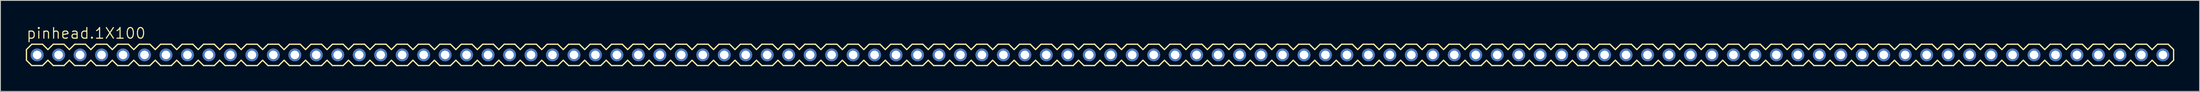
<source format=kicad_pcb>
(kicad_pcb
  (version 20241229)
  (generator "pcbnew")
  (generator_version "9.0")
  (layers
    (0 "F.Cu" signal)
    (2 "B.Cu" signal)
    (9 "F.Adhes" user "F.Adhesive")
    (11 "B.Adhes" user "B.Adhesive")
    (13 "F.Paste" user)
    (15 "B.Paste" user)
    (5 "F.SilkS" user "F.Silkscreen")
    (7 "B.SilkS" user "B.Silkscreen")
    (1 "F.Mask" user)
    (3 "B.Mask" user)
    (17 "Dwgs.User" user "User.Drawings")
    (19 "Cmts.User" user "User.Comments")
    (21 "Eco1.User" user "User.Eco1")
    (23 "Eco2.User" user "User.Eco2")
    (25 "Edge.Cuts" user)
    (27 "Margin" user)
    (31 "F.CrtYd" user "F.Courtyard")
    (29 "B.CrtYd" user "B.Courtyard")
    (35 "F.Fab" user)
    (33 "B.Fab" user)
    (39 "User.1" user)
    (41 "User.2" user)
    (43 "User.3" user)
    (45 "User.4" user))
  (footprint "pinhead.1X100"
    (layer "F.Cu")
    (at 127.076 3.489)
    (property "Reference" "pinhead.1X100" (at -127.076 -1.829 0) (layer "F.SilkS") (effects (font (size 1.27 1.27) (thickness 0.13)) (justify left bottom)))
    (attr through_hole)
    (fp_line (start -127 -0.635) (end -127 0.635) (stroke (width 0.152) (type default)) (layer "F.SilkS"))
    (fp_line (start -127 0.635) (end -126.365 1.27) (stroke (width 0.152) (type default)) (layer "F.SilkS"))
    (fp_line (start -126.365 -1.27) (end -127 -0.635) (stroke (width 0.152) (type default)) (layer "F.SilkS"))
    (fp_line (start -126.365 -1.27) (end -125.095 -1.27) (stroke (width 0.152) (type default)) (layer "F.SilkS"))
    (fp_line (start -125.095 -1.27) (end -124.46 -0.635) (stroke (width 0.152) (type default)) (layer "F.SilkS"))
    (fp_line (start -125.095 1.27) (end -126.365 1.27) (stroke (width 0.152) (type default)) (layer "F.SilkS"))
    (fp_line (start -124.46 -0.635) (end -123.825 -1.27) (stroke (width 0.152) (type default)) (layer "F.SilkS"))
    (fp_line (start -124.46 0.635) (end -125.095 1.27) (stroke (width 0.152) (type default)) (layer "F.SilkS"))
    (fp_line (start -123.825 -1.27) (end -122.555 -1.27) (stroke (width 0.152) (type default)) (layer "F.SilkS"))
    (fp_line (start -123.825 1.27) (end -124.46 0.635) (stroke (width 0.152) (type default)) (layer "F.SilkS"))
    (fp_line (start -122.555 -1.27) (end -121.92 -0.635) (stroke (width 0.152) (type default)) (layer "F.SilkS"))
    (fp_line (start -122.555 1.27) (end -123.825 1.27) (stroke (width 0.152) (type default)) (layer "F.SilkS"))
    (fp_line (start -121.92 -0.635) (end -121.285 -1.27) (stroke (width 0.152) (type default)) (layer "F.SilkS"))
    (fp_line (start -121.92 0.635) (end -122.555 1.27) (stroke (width 0.152) (type default)) (layer "F.SilkS"))
    (fp_line (start -121.285 -1.27) (end -120.015 -1.27) (stroke (width 0.152) (type default)) (layer "F.SilkS"))
    (fp_line (start -121.285 1.27) (end -121.92 0.635) (stroke (width 0.152) (type default)) (layer "F.SilkS"))
    (fp_line (start -120.015 -1.27) (end -119.38 -0.635) (stroke (width 0.152) (type default)) (layer "F.SilkS"))
    (fp_line (start -120.015 1.27) (end -121.285 1.27) (stroke (width 0.152) (type default)) (layer "F.SilkS"))
    (fp_line (start -119.38 0.635) (end -120.015 1.27) (stroke (width 0.152) (type default)) (layer "F.SilkS"))
    (fp_line (start -119.38 0.635) (end -118.745 1.27) (stroke (width 0.152) (type default)) (layer "F.SilkS"))
    (fp_line (start -118.745 -1.27) (end -119.38 -0.635) (stroke (width 0.152) (type default)) (layer "F.SilkS"))
    (fp_line (start -118.745 -1.27) (end -117.475 -1.27) (stroke (width 0.152) (type default)) (layer "F.SilkS"))
    (fp_line (start -117.475 -1.27) (end -116.84 -0.635) (stroke (width 0.152) (type default)) (layer "F.SilkS"))
    (fp_line (start -117.475 1.27) (end -118.745 1.27) (stroke (width 0.152) (type default)) (layer "F.SilkS"))
    (fp_line (start -116.84 -0.635) (end -116.205 -1.27) (stroke (width 0.152) (type default)) (layer "F.SilkS"))
    (fp_line (start -116.84 0.635) (end -117.475 1.27) (stroke (width 0.152) (type default)) (layer "F.SilkS"))
    (fp_line (start -116.205 -1.27) (end -114.935 -1.27) (stroke (width 0.152) (type default)) (layer "F.SilkS"))
    (fp_line (start -116.205 1.27) (end -116.84 0.635) (stroke (width 0.152) (type default)) (layer "F.SilkS"))
    (fp_line (start -114.935 -1.27) (end -114.3 -0.635) (stroke (width 0.152) (type default)) (layer "F.SilkS"))
    (fp_line (start -114.935 1.27) (end -116.205 1.27) (stroke (width 0.152) (type default)) (layer "F.SilkS"))
    (fp_line (start -114.3 -0.635) (end -113.665 -1.27) (stroke (width 0.152) (type default)) (layer "F.SilkS"))
    (fp_line (start -114.3 0.635) (end -114.935 1.27) (stroke (width 0.152) (type default)) (layer "F.SilkS"))
    (fp_line (start -113.665 -1.27) (end -112.395 -1.27) (stroke (width 0.152) (type default)) (layer "F.SilkS"))
    (fp_line (start -113.665 1.27) (end -114.3 0.635) (stroke (width 0.152) (type default)) (layer "F.SilkS"))
    (fp_line (start -112.395 -1.27) (end -111.76 -0.635) (stroke (width 0.152) (type default)) (layer "F.SilkS"))
    (fp_line (start -112.395 1.27) (end -113.665 1.27) (stroke (width 0.152) (type default)) (layer "F.SilkS"))
    (fp_line (start -111.76 0.635) (end -112.395 1.27) (stroke (width 0.152) (type default)) (layer "F.SilkS"))
    (fp_line (start -111.76 0.635) (end -111.125 1.27) (stroke (width 0.152) (type default)) (layer "F.SilkS"))
    (fp_line (start -111.125 -1.27) (end -111.76 -0.635) (stroke (width 0.152) (type default)) (layer "F.SilkS"))
    (fp_line (start -111.125 -1.27) (end -109.855 -1.27) (stroke (width 0.152) (type default)) (layer "F.SilkS"))
    (fp_line (start -109.855 -1.27) (end -109.22 -0.635) (stroke (width 0.152) (type default)) (layer "F.SilkS"))
    (fp_line (start -109.855 1.27) (end -111.125 1.27) (stroke (width 0.152) (type default)) (layer "F.SilkS"))
    (fp_line (start -109.22 -0.635) (end -108.585 -1.27) (stroke (width 0.152) (type default)) (layer "F.SilkS"))
    (fp_line (start -109.22 0.635) (end -109.855 1.27) (stroke (width 0.152) (type default)) (layer "F.SilkS"))
    (fp_line (start -108.585 -1.27) (end -107.315 -1.27) (stroke (width 0.152) (type default)) (layer "F.SilkS"))
    (fp_line (start -108.585 1.27) (end -109.22 0.635) (stroke (width 0.152) (type default)) (layer "F.SilkS"))
    (fp_line (start -107.315 -1.27) (end -106.68 -0.635) (stroke (width 0.152) (type default)) (layer "F.SilkS"))
    (fp_line (start -107.315 1.27) (end -108.585 1.27) (stroke (width 0.152) (type default)) (layer "F.SilkS"))
    (fp_line (start -106.68 -0.635) (end -106.045 -1.27) (stroke (width 0.152) (type default)) (layer "F.SilkS"))
    (fp_line (start -106.68 0.635) (end -107.315 1.27) (stroke (width 0.152) (type default)) (layer "F.SilkS"))
    (fp_line (start -106.045 -1.27) (end -104.775 -1.27) (stroke (width 0.152) (type default)) (layer "F.SilkS"))
    (fp_line (start -106.045 1.27) (end -106.68 0.635) (stroke (width 0.152) (type default)) (layer "F.SilkS"))
    (fp_line (start -104.775 -1.27) (end -104.14 -0.635) (stroke (width 0.152) (type default)) (layer "F.SilkS"))
    (fp_line (start -104.775 1.27) (end -106.045 1.27) (stroke (width 0.152) (type default)) (layer "F.SilkS"))
    (fp_line (start -104.14 0.635) (end -104.775 1.27) (stroke (width 0.152) (type default)) (layer "F.SilkS"))
    (fp_line (start -104.14 0.635) (end -103.505 1.27) (stroke (width 0.152) (type default)) (layer "F.SilkS"))
    (fp_line (start -103.505 -1.27) (end -104.14 -0.635) (stroke (width 0.152) (type default)) (layer "F.SilkS"))
    (fp_line (start -103.505 -1.27) (end -102.235 -1.27) (stroke (width 0.152) (type default)) (layer "F.SilkS"))
    (fp_line (start -102.235 -1.27) (end -101.6 -0.635) (stroke (width 0.152) (type default)) (layer "F.SilkS"))
    (fp_line (start -102.235 1.27) (end -103.505 1.27) (stroke (width 0.152) (type default)) (layer "F.SilkS"))
    (fp_line (start -101.6 -0.635) (end -100.965 -1.27) (stroke (width 0.152) (type default)) (layer "F.SilkS"))
    (fp_line (start -101.6 0.635) (end -102.235 1.27) (stroke (width 0.152) (type default)) (layer "F.SilkS"))
    (fp_line (start -100.965 -1.27) (end -99.695 -1.27) (stroke (width 0.152) (type default)) (layer "F.SilkS"))
    (fp_line (start -100.965 1.27) (end -101.6 0.635) (stroke (width 0.152) (type default)) (layer "F.SilkS"))
    (fp_line (start -99.695 -1.27) (end -99.06 -0.635) (stroke (width 0.152) (type default)) (layer "F.SilkS"))
    (fp_line (start -99.695 1.27) (end -100.965 1.27) (stroke (width 0.152) (type default)) (layer "F.SilkS"))
    (fp_line (start -99.06 -0.635) (end -98.425 -1.27) (stroke (width 0.152) (type default)) (layer "F.SilkS"))
    (fp_line (start -99.06 0.635) (end -99.695 1.27) (stroke (width 0.152) (type default)) (layer "F.SilkS"))
    (fp_line (start -98.425 -1.27) (end -97.155 -1.27) (stroke (width 0.152) (type default)) (layer "F.SilkS"))
    (fp_line (start -98.425 1.27) (end -99.06 0.635) (stroke (width 0.152) (type default)) (layer "F.SilkS"))
    (fp_line (start -97.155 -1.27) (end -96.52 -0.635) (stroke (width 0.152) (type default)) (layer "F.SilkS"))
    (fp_line (start -97.155 1.27) (end -98.425 1.27) (stroke (width 0.152) (type default)) (layer "F.SilkS"))
    (fp_line (start -96.52 0.635) (end -97.155 1.27) (stroke (width 0.152) (type default)) (layer "F.SilkS"))
    (fp_line (start -96.52 0.635) (end -95.885 1.27) (stroke (width 0.152) (type default)) (layer "F.SilkS"))
    (fp_line (start -95.885 -1.27) (end -96.52 -0.635) (stroke (width 0.152) (type default)) (layer "F.SilkS"))
    (fp_line (start -95.885 -1.27) (end -94.615 -1.27) (stroke (width 0.152) (type default)) (layer "F.SilkS"))
    (fp_line (start -94.615 -1.27) (end -93.98 -0.635) (stroke (width 0.152) (type default)) (layer "F.SilkS"))
    (fp_line (start -94.615 1.27) (end -95.885 1.27) (stroke (width 0.152) (type default)) (layer "F.SilkS"))
    (fp_line (start -93.98 -0.635) (end -93.345 -1.27) (stroke (width 0.152) (type default)) (layer "F.SilkS"))
    (fp_line (start -93.98 0.635) (end -94.615 1.27) (stroke (width 0.152) (type default)) (layer "F.SilkS"))
    (fp_line (start -93.345 -1.27) (end -92.075 -1.27) (stroke (width 0.152) (type default)) (layer "F.SilkS"))
    (fp_line (start -93.345 1.27) (end -93.98 0.635) (stroke (width 0.152) (type default)) (layer "F.SilkS"))
    (fp_line (start -92.075 -1.27) (end -91.44 -0.635) (stroke (width 0.152) (type default)) (layer "F.SilkS"))
    (fp_line (start -92.075 1.27) (end -93.345 1.27) (stroke (width 0.152) (type default)) (layer "F.SilkS"))
    (fp_line (start -91.44 -0.635) (end -90.805 -1.27) (stroke (width 0.152) (type default)) (layer "F.SilkS"))
    (fp_line (start -91.44 0.635) (end -92.075 1.27) (stroke (width 0.152) (type default)) (layer "F.SilkS"))
    (fp_line (start -90.805 -1.27) (end -89.535 -1.27) (stroke (width 0.152) (type default)) (layer "F.SilkS"))
    (fp_line (start -90.805 1.27) (end -91.44 0.635) (stroke (width 0.152) (type default)) (layer "F.SilkS"))
    (fp_line (start -89.535 -1.27) (end -88.9 -0.635) (stroke (width 0.152) (type default)) (layer "F.SilkS"))
    (fp_line (start -89.535 1.27) (end -90.805 1.27) (stroke (width 0.152) (type default)) (layer "F.SilkS"))
    (fp_line (start -88.9 0.635) (end -89.535 1.27) (stroke (width 0.152) (type default)) (layer "F.SilkS"))
    (fp_line (start -88.9 0.635) (end -88.265 1.27) (stroke (width 0.152) (type default)) (layer "F.SilkS"))
    (fp_line (start -88.265 -1.27) (end -88.9 -0.635) (stroke (width 0.152) (type default)) (layer "F.SilkS"))
    (fp_line (start -88.265 -1.27) (end -86.995 -1.27) (stroke (width 0.152) (type default)) (layer "F.SilkS"))
    (fp_line (start -86.995 -1.27) (end -86.36 -0.635) (stroke (width 0.152) (type default)) (layer "F.SilkS"))
    (fp_line (start -86.995 1.27) (end -88.265 1.27) (stroke (width 0.152) (type default)) (layer "F.SilkS"))
    (fp_line (start -86.36 -0.635) (end -85.725 -1.27) (stroke (width 0.152) (type default)) (layer "F.SilkS"))
    (fp_line (start -86.36 0.635) (end -86.995 1.27) (stroke (width 0.152) (type default)) (layer "F.SilkS"))
    (fp_line (start -85.725 -1.27) (end -84.455 -1.27) (stroke (width 0.152) (type default)) (layer "F.SilkS"))
    (fp_line (start -85.725 1.27) (end -86.36 0.635) (stroke (width 0.152) (type default)) (layer "F.SilkS"))
    (fp_line (start -84.455 -1.27) (end -83.82 -0.635) (stroke (width 0.152) (type default)) (layer "F.SilkS"))
    (fp_line (start -84.455 1.27) (end -85.725 1.27) (stroke (width 0.152) (type default)) (layer "F.SilkS"))
    (fp_line (start -83.82 -0.635) (end -83.185 -1.27) (stroke (width 0.152) (type default)) (layer "F.SilkS"))
    (fp_line (start -83.82 0.635) (end -84.455 1.27) (stroke (width 0.152) (type default)) (layer "F.SilkS"))
    (fp_line (start -83.185 -1.27) (end -81.915 -1.27) (stroke (width 0.152) (type default)) (layer "F.SilkS"))
    (fp_line (start -83.185 1.27) (end -83.82 0.635) (stroke (width 0.152) (type default)) (layer "F.SilkS"))
    (fp_line (start -81.915 -1.27) (end -81.28 -0.635) (stroke (width 0.152) (type default)) (layer "F.SilkS"))
    (fp_line (start -81.915 1.27) (end -83.185 1.27) (stroke (width 0.152) (type default)) (layer "F.SilkS"))
    (fp_line (start -81.28 0.635) (end -81.915 1.27) (stroke (width 0.152) (type default)) (layer "F.SilkS"))
    (fp_line (start -81.28 0.635) (end -80.645 1.27) (stroke (width 0.152) (type default)) (layer "F.SilkS"))
    (fp_line (start -80.645 -1.27) (end -81.28 -0.635) (stroke (width 0.152) (type default)) (layer "F.SilkS"))
    (fp_line (start -80.645 -1.27) (end -79.375 -1.27) (stroke (width 0.152) (type default)) (layer "F.SilkS"))
    (fp_line (start -79.375 -1.27) (end -78.74 -0.635) (stroke (width 0.152) (type default)) (layer "F.SilkS"))
    (fp_line (start -79.375 1.27) (end -80.645 1.27) (stroke (width 0.152) (type default)) (layer "F.SilkS"))
    (fp_line (start -78.74 0.635) (end -79.375 1.27) (stroke (width 0.152) (type default)) (layer "F.SilkS"))
    (fp_line (start -78.74 0.635) (end -78.105 1.27) (stroke (width 0.152) (type default)) (layer "F.SilkS"))
    (fp_line (start -78.105 -1.27) (end -78.74 -0.635) (stroke (width 0.152) (type default)) (layer "F.SilkS"))
    (fp_line (start -78.105 -1.27) (end -76.835 -1.27) (stroke (width 0.152) (type default)) (layer "F.SilkS"))
    (fp_line (start -76.835 -1.27) (end -76.2 -0.635) (stroke (width 0.152) (type default)) (layer "F.SilkS"))
    (fp_line (start -76.835 1.27) (end -78.105 1.27) (stroke (width 0.152) (type default)) (layer "F.SilkS"))
    (fp_line (start -76.2 0.635) (end -76.835 1.27) (stroke (width 0.152) (type default)) (layer "F.SilkS"))
    (fp_line (start -76.2 0.635) (end -75.565 1.27) (stroke (width 0.152) (type default)) (layer "F.SilkS"))
    (fp_line (start -75.565 -1.27) (end -76.2 -0.635) (stroke (width 0.152) (type default)) (layer "F.SilkS"))
    (fp_line (start -75.565 -1.27) (end -74.295 -1.27) (stroke (width 0.152) (type default)) (layer "F.SilkS"))
    (fp_line (start -74.295 -1.27) (end -73.66 -0.635) (stroke (width 0.152) (type default)) (layer "F.SilkS"))
    (fp_line (start -74.295 1.27) (end -75.565 1.27) (stroke (width 0.152) (type default)) (layer "F.SilkS"))
    (fp_line (start -73.66 0.635) (end -74.295 1.27) (stroke (width 0.152) (type default)) (layer "F.SilkS"))
    (fp_line (start -73.66 0.635) (end -73.025 1.27) (stroke (width 0.152) (type default)) (layer "F.SilkS"))
    (fp_line (start -73.025 -1.27) (end -73.66 -0.635) (stroke (width 0.152) (type default)) (layer "F.SilkS"))
    (fp_line (start -73.025 -1.27) (end -71.755 -1.27) (stroke (width 0.152) (type default)) (layer "F.SilkS"))
    (fp_line (start -71.755 -1.27) (end -71.12 -0.635) (stroke (width 0.152) (type default)) (layer "F.SilkS"))
    (fp_line (start -71.755 1.27) (end -73.025 1.27) (stroke (width 0.152) (type default)) (layer "F.SilkS"))
    (fp_line (start -71.12 0.635) (end -71.755 1.27) (stroke (width 0.152) (type default)) (layer "F.SilkS"))
    (fp_line (start -71.12 0.635) (end -70.485 1.27) (stroke (width 0.152) (type default)) (layer "F.SilkS"))
    (fp_line (start -70.485 -1.27) (end -71.12 -0.635) (stroke (width 0.152) (type default)) (layer "F.SilkS"))
    (fp_line (start -70.485 -1.27) (end -69.215 -1.27) (stroke (width 0.152) (type default)) (layer "F.SilkS"))
    (fp_line (start -69.215 -1.27) (end -68.58 -0.635) (stroke (width 0.152) (type default)) (layer "F.SilkS"))
    (fp_line (start -69.215 1.27) (end -70.485 1.27) (stroke (width 0.152) (type default)) (layer "F.SilkS"))
    (fp_line (start -68.58 0.635) (end -69.215 1.27) (stroke (width 0.152) (type default)) (layer "F.SilkS"))
    (fp_line (start -68.58 0.635) (end -67.945 1.27) (stroke (width 0.152) (type default)) (layer "F.SilkS"))
    (fp_line (start -67.945 -1.27) (end -68.58 -0.635) (stroke (width 0.152) (type default)) (layer "F.SilkS"))
    (fp_line (start -67.945 -1.27) (end -66.675 -1.27) (stroke (width 0.152) (type default)) (layer "F.SilkS"))
    (fp_line (start -66.675 -1.27) (end -66.04 -0.635) (stroke (width 0.152) (type default)) (layer "F.SilkS"))
    (fp_line (start -66.675 1.27) (end -67.945 1.27) (stroke (width 0.152) (type default)) (layer "F.SilkS"))
    (fp_line (start -66.04 0.635) (end -66.675 1.27) (stroke (width 0.152) (type default)) (layer "F.SilkS"))
    (fp_line (start -66.04 0.635) (end -65.405 1.27) (stroke (width 0.152) (type default)) (layer "F.SilkS"))
    (fp_line (start -65.405 -1.27) (end -66.04 -0.635) (stroke (width 0.152) (type default)) (layer "F.SilkS"))
    (fp_line (start -65.405 -1.27) (end -64.135 -1.27) (stroke (width 0.152) (type default)) (layer "F.SilkS"))
    (fp_line (start -64.135 -1.27) (end -63.5 -0.635) (stroke (width 0.152) (type default)) (layer "F.SilkS"))
    (fp_line (start -64.135 1.27) (end -65.405 1.27) (stroke (width 0.152) (type default)) (layer "F.SilkS"))
    (fp_line (start -63.5 0.635) (end -64.135 1.27) (stroke (width 0.152) (type default)) (layer "F.SilkS"))
    (fp_line (start -63.5 0.635) (end -62.865 1.27) (stroke (width 0.152) (type default)) (layer "F.SilkS"))
    (fp_line (start -62.865 -1.27) (end -63.5 -0.635) (stroke (width 0.152) (type default)) (layer "F.SilkS"))
    (fp_line (start -62.865 -1.27) (end -61.595 -1.27) (stroke (width 0.152) (type default)) (layer "F.SilkS"))
    (fp_line (start -61.595 -1.27) (end -60.96 -0.635) (stroke (width 0.152) (type default)) (layer "F.SilkS"))
    (fp_line (start -61.595 1.27) (end -62.865 1.27) (stroke (width 0.152) (type default)) (layer "F.SilkS"))
    (fp_line (start -60.96 0.635) (end -61.595 1.27) (stroke (width 0.152) (type default)) (layer "F.SilkS"))
    (fp_line (start -60.96 0.635) (end -60.325 1.27) (stroke (width 0.152) (type default)) (layer "F.SilkS"))
    (fp_line (start -60.325 -1.27) (end -60.96 -0.635) (stroke (width 0.152) (type default)) (layer "F.SilkS"))
    (fp_line (start -60.325 -1.27) (end -59.055 -1.27) (stroke (width 0.152) (type default)) (layer "F.SilkS"))
    (fp_line (start -59.055 -1.27) (end -58.42 -0.635) (stroke (width 0.152) (type default)) (layer "F.SilkS"))
    (fp_line (start -59.055 1.27) (end -60.325 1.27) (stroke (width 0.152) (type default)) (layer "F.SilkS"))
    (fp_line (start -58.42 0.635) (end -59.055 1.27) (stroke (width 0.152) (type default)) (layer "F.SilkS"))
    (fp_line (start -58.42 0.635) (end -57.785 1.27) (stroke (width 0.152) (type default)) (layer "F.SilkS"))
    (fp_line (start -57.785 -1.27) (end -58.42 -0.635) (stroke (width 0.152) (type default)) (layer "F.SilkS"))
    (fp_line (start -57.785 -1.27) (end -56.515 -1.27) (stroke (width 0.152) (type default)) (layer "F.SilkS"))
    (fp_line (start -56.515 -1.27) (end -55.88 -0.635) (stroke (width 0.152) (type default)) (layer "F.SilkS"))
    (fp_line (start -56.515 1.27) (end -57.785 1.27) (stroke (width 0.152) (type default)) (layer "F.SilkS"))
    (fp_line (start -55.88 0.635) (end -56.515 1.27) (stroke (width 0.152) (type default)) (layer "F.SilkS"))
    (fp_line (start -55.88 0.635) (end -55.245 1.27) (stroke (width 0.152) (type default)) (layer "F.SilkS"))
    (fp_line (start -55.245 -1.27) (end -55.88 -0.635) (stroke (width 0.152) (type default)) (layer "F.SilkS"))
    (fp_line (start -55.245 -1.27) (end -53.975 -1.27) (stroke (width 0.152) (type default)) (layer "F.SilkS"))
    (fp_line (start -53.975 -1.27) (end -53.34 -0.635) (stroke (width 0.152) (type default)) (layer "F.SilkS"))
    (fp_line (start -53.975 1.27) (end -55.245 1.27) (stroke (width 0.152) (type default)) (layer "F.SilkS"))
    (fp_line (start -53.34 0.635) (end -53.975 1.27) (stroke (width 0.152) (type default)) (layer "F.SilkS"))
    (fp_line (start -53.34 0.635) (end -52.705 1.27) (stroke (width 0.152) (type default)) (layer "F.SilkS"))
    (fp_line (start -52.705 -1.27) (end -53.34 -0.635) (stroke (width 0.152) (type default)) (layer "F.SilkS"))
    (fp_line (start -52.705 -1.27) (end -51.435 -1.27) (stroke (width 0.152) (type default)) (layer "F.SilkS"))
    (fp_line (start -51.435 -1.27) (end -50.8 -0.635) (stroke (width 0.152) (type default)) (layer "F.SilkS"))
    (fp_line (start -51.435 1.27) (end -52.705 1.27) (stroke (width 0.152) (type default)) (layer "F.SilkS"))
    (fp_line (start -50.8 0.635) (end -51.435 1.27) (stroke (width 0.152) (type default)) (layer "F.SilkS"))
    (fp_line (start -50.8 0.635) (end -50.165 1.27) (stroke (width 0.152) (type default)) (layer "F.SilkS"))
    (fp_line (start -50.165 -1.27) (end -50.8 -0.635) (stroke (width 0.152) (type default)) (layer "F.SilkS"))
    (fp_line (start -50.165 -1.27) (end -48.895 -1.27) (stroke (width 0.152) (type default)) (layer "F.SilkS"))
    (fp_line (start -48.895 -1.27) (end -48.26 -0.635) (stroke (width 0.152) (type default)) (layer "F.SilkS"))
    (fp_line (start -48.895 1.27) (end -50.165 1.27) (stroke (width 0.152) (type default)) (layer "F.SilkS"))
    (fp_line (start -48.26 -0.635) (end -47.625 -1.27) (stroke (width 0.152) (type default)) (layer "F.SilkS"))
    (fp_line (start -48.26 0.635) (end -48.895 1.27) (stroke (width 0.152) (type default)) (layer "F.SilkS"))
    (fp_line (start -47.625 -1.27) (end -46.355 -1.27) (stroke (width 0.152) (type default)) (layer "F.SilkS"))
    (fp_line (start -47.625 1.27) (end -48.26 0.635) (stroke (width 0.152) (type default)) (layer "F.SilkS"))
    (fp_line (start -46.355 -1.27) (end -45.72 -0.635) (stroke (width 0.152) (type default)) (layer "F.SilkS"))
    (fp_line (start -46.355 1.27) (end -47.625 1.27) (stroke (width 0.152) (type default)) (layer "F.SilkS"))
    (fp_line (start -45.72 -0.635) (end -45.085 -1.27) (stroke (width 0.152) (type default)) (layer "F.SilkS"))
    (fp_line (start -45.72 0.635) (end -46.355 1.27) (stroke (width 0.152) (type default)) (layer "F.SilkS"))
    (fp_line (start -45.085 -1.27) (end -43.815 -1.27) (stroke (width 0.152) (type default)) (layer "F.SilkS"))
    (fp_line (start -45.085 1.27) (end -45.72 0.635) (stroke (width 0.152) (type default)) (layer "F.SilkS"))
    (fp_line (start -43.815 -1.27) (end -43.18 -0.635) (stroke (width 0.152) (type default)) (layer "F.SilkS"))
    (fp_line (start -43.815 1.27) (end -45.085 1.27) (stroke (width 0.152) (type default)) (layer "F.SilkS"))
    (fp_line (start -43.18 0.635) (end -43.815 1.27) (stroke (width 0.152) (type default)) (layer "F.SilkS"))
    (fp_line (start -43.18 0.635) (end -42.545 1.27) (stroke (width 0.152) (type default)) (layer "F.SilkS"))
    (fp_line (start -42.545 -1.27) (end -43.18 -0.635) (stroke (width 0.152) (type default)) (layer "F.SilkS"))
    (fp_line (start -42.545 -1.27) (end -41.275 -1.27) (stroke (width 0.152) (type default)) (layer "F.SilkS"))
    (fp_line (start -41.275 -1.27) (end -40.64 -0.635) (stroke (width 0.152) (type default)) (layer "F.SilkS"))
    (fp_line (start -41.275 1.27) (end -42.545 1.27) (stroke (width 0.152) (type default)) (layer "F.SilkS"))
    (fp_line (start -40.64 -0.635) (end -40.005 -1.27) (stroke (width 0.152) (type default)) (layer "F.SilkS"))
    (fp_line (start -40.64 0.635) (end -41.275 1.27) (stroke (width 0.152) (type default)) (layer "F.SilkS"))
    (fp_line (start -40.005 -1.27) (end -38.735 -1.27) (stroke (width 0.152) (type default)) (layer "F.SilkS"))
    (fp_line (start -40.005 1.27) (end -40.64 0.635) (stroke (width 0.152) (type default)) (layer "F.SilkS"))
    (fp_line (start -38.735 -1.27) (end -38.1 -0.635) (stroke (width 0.152) (type default)) (layer "F.SilkS"))
    (fp_line (start -38.735 1.27) (end -40.005 1.27) (stroke (width 0.152) (type default)) (layer "F.SilkS"))
    (fp_line (start -38.1 -0.635) (end -37.465 -1.27) (stroke (width 0.152) (type default)) (layer "F.SilkS"))
    (fp_line (start -38.1 0.635) (end -38.735 1.27) (stroke (width 0.152) (type default)) (layer "F.SilkS"))
    (fp_line (start -37.465 -1.27) (end -36.195 -1.27) (stroke (width 0.152) (type default)) (layer "F.SilkS"))
    (fp_line (start -37.465 1.27) (end -38.1 0.635) (stroke (width 0.152) (type default)) (layer "F.SilkS"))
    (fp_line (start -36.195 -1.27) (end -35.56 -0.635) (stroke (width 0.152) (type default)) (layer "F.SilkS"))
    (fp_line (start -36.195 1.27) (end -37.465 1.27) (stroke (width 0.152) (type default)) (layer "F.SilkS"))
    (fp_line (start -35.56 0.635) (end -36.195 1.27) (stroke (width 0.152) (type default)) (layer "F.SilkS"))
    (fp_line (start -35.56 0.635) (end -34.925 1.27) (stroke (width 0.152) (type default)) (layer "F.SilkS"))
    (fp_line (start -34.925 -1.27) (end -35.56 -0.635) (stroke (width 0.152) (type default)) (layer "F.SilkS"))
    (fp_line (start -34.925 -1.27) (end -33.655 -1.27) (stroke (width 0.152) (type default)) (layer "F.SilkS"))
    (fp_line (start -33.655 -1.27) (end -33.02 -0.635) (stroke (width 0.152) (type default)) (layer "F.SilkS"))
    (fp_line (start -33.655 1.27) (end -34.925 1.27) (stroke (width 0.152) (type default)) (layer "F.SilkS"))
    (fp_line (start -33.02 -0.635) (end -32.385 -1.27) (stroke (width 0.152) (type default)) (layer "F.SilkS"))
    (fp_line (start -33.02 0.635) (end -33.655 1.27) (stroke (width 0.152) (type default)) (layer "F.SilkS"))
    (fp_line (start -32.385 -1.27) (end -31.115 -1.27) (stroke (width 0.152) (type default)) (layer "F.SilkS"))
    (fp_line (start -32.385 1.27) (end -33.02 0.635) (stroke (width 0.152) (type default)) (layer "F.SilkS"))
    (fp_line (start -31.115 -1.27) (end -30.48 -0.635) (stroke (width 0.152) (type default)) (layer "F.SilkS"))
    (fp_line (start -31.115 1.27) (end -32.385 1.27) (stroke (width 0.152) (type default)) (layer "F.SilkS"))
    (fp_line (start -30.48 -0.635) (end -29.845 -1.27) (stroke (width 0.152) (type default)) (layer "F.SilkS"))
    (fp_line (start -30.48 0.635) (end -31.115 1.27) (stroke (width 0.152) (type default)) (layer "F.SilkS"))
    (fp_line (start -29.845 -1.27) (end -28.575 -1.27) (stroke (width 0.152) (type default)) (layer "F.SilkS"))
    (fp_line (start -29.845 1.27) (end -30.48 0.635) (stroke (width 0.152) (type default)) (layer "F.SilkS"))
    (fp_line (start -28.575 -1.27) (end -27.94 -0.635) (stroke (width 0.152) (type default)) (layer "F.SilkS"))
    (fp_line (start -28.575 1.27) (end -29.845 1.27) (stroke (width 0.152) (type default)) (layer "F.SilkS"))
    (fp_line (start -27.94 0.635) (end -28.575 1.27) (stroke (width 0.152) (type default)) (layer "F.SilkS"))
    (fp_line (start -27.94 0.635) (end -27.305 1.27) (stroke (width 0.152) (type default)) (layer "F.SilkS"))
    (fp_line (start -27.305 -1.27) (end -27.94 -0.635) (stroke (width 0.152) (type default)) (layer "F.SilkS"))
    (fp_line (start -27.305 -1.27) (end -26.035 -1.27) (stroke (width 0.152) (type default)) (layer "F.SilkS"))
    (fp_line (start -26.035 -1.27) (end -25.4 -0.635) (stroke (width 0.152) (type default)) (layer "F.SilkS"))
    (fp_line (start -26.035 1.27) (end -27.305 1.27) (stroke (width 0.152) (type default)) (layer "F.SilkS"))
    (fp_line (start -25.4 0.635) (end -26.035 1.27) (stroke (width 0.152) (type default)) (layer "F.SilkS"))
    (fp_line (start -25.4 0.635) (end -24.765 1.27) (stroke (width 0.152) (type default)) (layer "F.SilkS"))
    (fp_line (start -24.765 -1.27) (end -25.4 -0.635) (stroke (width 0.152) (type default)) (layer "F.SilkS"))
    (fp_line (start -24.765 -1.27) (end -23.495 -1.27) (stroke (width 0.152) (type default)) (layer "F.SilkS"))
    (fp_line (start -23.495 -1.27) (end -22.86 -0.635) (stroke (width 0.152) (type default)) (layer "F.SilkS"))
    (fp_line (start -23.495 1.27) (end -24.765 1.27) (stroke (width 0.152) (type default)) (layer "F.SilkS"))
    (fp_line (start -22.86 -0.635) (end -22.225 -1.27) (stroke (width 0.152) (type default)) (layer "F.SilkS"))
    (fp_line (start -22.86 0.635) (end -23.495 1.27) (stroke (width 0.152) (type default)) (layer "F.SilkS"))
    (fp_line (start -22.225 -1.27) (end -20.955 -1.27) (stroke (width 0.152) (type default)) (layer "F.SilkS"))
    (fp_line (start -22.225 1.27) (end -22.86 0.635) (stroke (width 0.152) (type default)) (layer "F.SilkS"))
    (fp_line (start -20.955 -1.27) (end -20.32 -0.635) (stroke (width 0.152) (type default)) (layer "F.SilkS"))
    (fp_line (start -20.955 1.27) (end -22.225 1.27) (stroke (width 0.152) (type default)) (layer "F.SilkS"))
    (fp_line (start -20.32 -0.635) (end -19.685 -1.27) (stroke (width 0.152) (type default)) (layer "F.SilkS"))
    (fp_line (start -20.32 0.635) (end -20.955 1.27) (stroke (width 0.152) (type default)) (layer "F.SilkS"))
    (fp_line (start -19.685 -1.27) (end -18.415 -1.27) (stroke (width 0.152) (type default)) (layer "F.SilkS"))
    (fp_line (start -19.685 1.27) (end -20.32 0.635) (stroke (width 0.152) (type default)) (layer "F.SilkS"))
    (fp_line (start -18.415 -1.27) (end -17.78 -0.635) (stroke (width 0.152) (type default)) (layer "F.SilkS"))
    (fp_line (start -18.415 1.27) (end -19.685 1.27) (stroke (width 0.152) (type default)) (layer "F.SilkS"))
    (fp_line (start -17.78 0.635) (end -18.415 1.27) (stroke (width 0.152) (type default)) (layer "F.SilkS"))
    (fp_line (start -17.78 0.635) (end -17.145 1.27) (stroke (width 0.152) (type default)) (layer "F.SilkS"))
    (fp_line (start -17.145 -1.27) (end -17.78 -0.635) (stroke (width 0.152) (type default)) (layer "F.SilkS"))
    (fp_line (start -17.145 -1.27) (end -15.875 -1.27) (stroke (width 0.152) (type default)) (layer "F.SilkS"))
    (fp_line (start -15.875 -1.27) (end -15.24 -0.635) (stroke (width 0.152) (type default)) (layer "F.SilkS"))
    (fp_line (start -15.875 1.27) (end -17.145 1.27) (stroke (width 0.152) (type default)) (layer "F.SilkS"))
    (fp_line (start -15.24 -0.635) (end -14.605 -1.27) (stroke (width 0.152) (type default)) (layer "F.SilkS"))
    (fp_line (start -15.24 0.635) (end -15.875 1.27) (stroke (width 0.152) (type default)) (layer "F.SilkS"))
    (fp_line (start -14.605 -1.27) (end -13.335 -1.27) (stroke (width 0.152) (type default)) (layer "F.SilkS"))
    (fp_line (start -14.605 1.27) (end -15.24 0.635) (stroke (width 0.152) (type default)) (layer "F.SilkS"))
    (fp_line (start -13.335 -1.27) (end -12.7 -0.635) (stroke (width 0.152) (type default)) (layer "F.SilkS"))
    (fp_line (start -13.335 1.27) (end -14.605 1.27) (stroke (width 0.152) (type default)) (layer "F.SilkS"))
    (fp_line (start -12.7 -0.635) (end -12.065 -1.27) (stroke (width 0.152) (type default)) (layer "F.SilkS"))
    (fp_line (start -12.7 0.635) (end -13.335 1.27) (stroke (width 0.152) (type default)) (layer "F.SilkS"))
    (fp_line (start -12.065 -1.27) (end -10.795 -1.27) (stroke (width 0.152) (type default)) (layer "F.SilkS"))
    (fp_line (start -12.065 1.27) (end -12.7 0.635) (stroke (width 0.152) (type default)) (layer "F.SilkS"))
    (fp_line (start -10.795 -1.27) (end -10.16 -0.635) (stroke (width 0.152) (type default)) (layer "F.SilkS"))
    (fp_line (start -10.795 1.27) (end -12.065 1.27) (stroke (width 0.152) (type default)) (layer "F.SilkS"))
    (fp_line (start -10.16 0.635) (end -10.795 1.27) (stroke (width 0.152) (type default)) (layer "F.SilkS"))
    (fp_line (start -10.16 0.635) (end -9.525 1.27) (stroke (width 0.152) (type default)) (layer "F.SilkS"))
    (fp_line (start -9.525 -1.27) (end -10.16 -0.635) (stroke (width 0.152) (type default)) (layer "F.SilkS"))
    (fp_line (start -9.525 -1.27) (end -8.255 -1.27) (stroke (width 0.152) (type default)) (layer "F.SilkS"))
    (fp_line (start -8.255 -1.27) (end -7.62 -0.635) (stroke (width 0.152) (type default)) (layer "F.SilkS"))
    (fp_line (start -8.255 1.27) (end -9.525 1.27) (stroke (width 0.152) (type default)) (layer "F.SilkS"))
    (fp_line (start -7.62 -0.635) (end -6.985 -1.27) (stroke (width 0.152) (type default)) (layer "F.SilkS"))
    (fp_line (start -7.62 0.635) (end -8.255 1.27) (stroke (width 0.152) (type default)) (layer "F.SilkS"))
    (fp_line (start -6.985 -1.27) (end -5.715 -1.27) (stroke (width 0.152) (type default)) (layer "F.SilkS"))
    (fp_line (start -6.985 1.27) (end -7.62 0.635) (stroke (width 0.152) (type default)) (layer "F.SilkS"))
    (fp_line (start -5.715 -1.27) (end -5.08 -0.635) (stroke (width 0.152) (type default)) (layer "F.SilkS"))
    (fp_line (start -5.715 1.27) (end -6.985 1.27) (stroke (width 0.152) (type default)) (layer "F.SilkS"))
    (fp_line (start -5.08 -0.635) (end -4.445 -1.27) (stroke (width 0.152) (type default)) (layer "F.SilkS"))
    (fp_line (start -5.08 0.635) (end -5.715 1.27) (stroke (width 0.152) (type default)) (layer "F.SilkS"))
    (fp_line (start -4.445 -1.27) (end -3.175 -1.27) (stroke (width 0.152) (type default)) (layer "F.SilkS"))
    (fp_line (start -4.445 1.27) (end -5.08 0.635) (stroke (width 0.152) (type default)) (layer "F.SilkS"))
    (fp_line (start -3.175 -1.27) (end -2.54 -0.635) (stroke (width 0.152) (type default)) (layer "F.SilkS"))
    (fp_line (start -3.175 1.27) (end -4.445 1.27) (stroke (width 0.152) (type default)) (layer "F.SilkS"))
    (fp_line (start -2.54 0.635) (end -3.175 1.27) (stroke (width 0.152) (type default)) (layer "F.SilkS"))
    (fp_line (start -2.54 0.635) (end -1.905 1.27) (stroke (width 0.152) (type default)) (layer "F.SilkS"))
    (fp_line (start -1.905 -1.27) (end -2.54 -0.635) (stroke (width 0.152) (type default)) (layer "F.SilkS"))
    (fp_line (start -1.905 -1.27) (end -0.635 -1.27) (stroke (width 0.152) (type default)) (layer "F.SilkS"))
    (fp_line (start -0.635 -1.27) (end 0 -0.635) (stroke (width 0.152) (type default)) (layer "F.SilkS"))
    (fp_line (start -0.635 1.27) (end -1.905 1.27) (stroke (width 0.152) (type default)) (layer "F.SilkS"))
    (fp_line (start 0 -0.635) (end 0.635 -1.27) (stroke (width 0.152) (type default)) (layer "F.SilkS"))
    (fp_line (start 0 0.635) (end -0.635 1.27) (stroke (width 0.152) (type default)) (layer "F.SilkS"))
    (fp_line (start 0.635 -1.27) (end 1.905 -1.27) (stroke (width 0.152) (type default)) (layer "F.SilkS"))
    (fp_line (start 0.635 1.27) (end 0 0.635) (stroke (width 0.152) (type default)) (layer "F.SilkS"))
    (fp_line (start 1.905 -1.27) (end 2.54 -0.635) (stroke (width 0.152) (type default)) (layer "F.SilkS"))
    (fp_line (start 1.905 1.27) (end 0.635 1.27) (stroke (width 0.152) (type default)) (layer "F.SilkS"))
    (fp_line (start 2.54 -0.635) (end 3.175 -1.27) (stroke (width 0.152) (type default)) (layer "F.SilkS"))
    (fp_line (start 2.54 0.635) (end 1.905 1.27) (stroke (width 0.152) (type default)) (layer "F.SilkS"))
    (fp_line (start 3.175 -1.27) (end 4.445 -1.27) (stroke (width 0.152) (type default)) (layer "F.SilkS"))
    (fp_line (start 3.175 1.27) (end 2.54 0.635) (stroke (width 0.152) (type default)) (layer "F.SilkS"))
    (fp_line (start 4.445 -1.27) (end 5.08 -0.635) (stroke (width 0.152) (type default)) (layer "F.SilkS"))
    (fp_line (start 4.445 1.27) (end 3.175 1.27) (stroke (width 0.152) (type default)) (layer "F.SilkS"))
    (fp_line (start 5.08 0.635) (end 4.445 1.27) (stroke (width 0.152) (type default)) (layer "F.SilkS"))
    (fp_line (start 5.08 0.635) (end 5.715 1.27) (stroke (width 0.152) (type default)) (layer "F.SilkS"))
    (fp_line (start 5.715 -1.27) (end 5.08 -0.635) (stroke (width 0.152) (type default)) (layer "F.SilkS"))
    (fp_line (start 5.715 -1.27) (end 6.985 -1.27) (stroke (width 0.152) (type default)) (layer "F.SilkS"))
    (fp_line (start 6.985 -1.27) (end 7.62 -0.635) (stroke (width 0.152) (type default)) (layer "F.SilkS"))
    (fp_line (start 6.985 1.27) (end 5.715 1.27) (stroke (width 0.152) (type default)) (layer "F.SilkS"))
    (fp_line (start 7.62 -0.635) (end 8.255 -1.27) (stroke (width 0.152) (type default)) (layer "F.SilkS"))
    (fp_line (start 7.62 0.635) (end 6.985 1.27) (stroke (width 0.152) (type default)) (layer "F.SilkS"))
    (fp_line (start 8.255 -1.27) (end 9.525 -1.27) (stroke (width 0.152) (type default)) (layer "F.SilkS"))
    (fp_line (start 8.255 1.27) (end 7.62 0.635) (stroke (width 0.152) (type default)) (layer "F.SilkS"))
    (fp_line (start 9.525 -1.27) (end 10.16 -0.635) (stroke (width 0.152) (type default)) (layer "F.SilkS"))
    (fp_line (start 9.525 1.27) (end 8.255 1.27) (stroke (width 0.152) (type default)) (layer "F.SilkS"))
    (fp_line (start 10.16 -0.635) (end 10.795 -1.27) (stroke (width 0.152) (type default)) (layer "F.SilkS"))
    (fp_line (start 10.16 0.635) (end 9.525 1.27) (stroke (width 0.152) (type default)) (layer "F.SilkS"))
    (fp_line (start 10.795 -1.27) (end 12.065 -1.27) (stroke (width 0.152) (type default)) (layer "F.SilkS"))
    (fp_line (start 10.795 1.27) (end 10.16 0.635) (stroke (width 0.152) (type default)) (layer "F.SilkS"))
    (fp_line (start 12.065 -1.27) (end 12.7 -0.635) (stroke (width 0.152) (type default)) (layer "F.SilkS"))
    (fp_line (start 12.065 1.27) (end 10.795 1.27) (stroke (width 0.152) (type default)) (layer "F.SilkS"))
    (fp_line (start 12.7 0.635) (end 12.065 1.27) (stroke (width 0.152) (type default)) (layer "F.SilkS"))
    (fp_line (start 12.7 0.635) (end 13.335 1.27) (stroke (width 0.152) (type default)) (layer "F.SilkS"))
    (fp_line (start 13.335 -1.27) (end 12.7 -0.635) (stroke (width 0.152) (type default)) (layer "F.SilkS"))
    (fp_line (start 13.335 -1.27) (end 14.605 -1.27) (stroke (width 0.152) (type default)) (layer "F.SilkS"))
    (fp_line (start 14.605 -1.27) (end 15.24 -0.635) (stroke (width 0.152) (type default)) (layer "F.SilkS"))
    (fp_line (start 14.605 1.27) (end 13.335 1.27) (stroke (width 0.152) (type default)) (layer "F.SilkS"))
    (fp_line (start 15.24 -0.635) (end 15.875 -1.27) (stroke (width 0.152) (type default)) (layer "F.SilkS"))
    (fp_line (start 15.24 0.635) (end 14.605 1.27) (stroke (width 0.152) (type default)) (layer "F.SilkS"))
    (fp_line (start 15.875 -1.27) (end 17.145 -1.27) (stroke (width 0.152) (type default)) (layer "F.SilkS"))
    (fp_line (start 15.875 1.27) (end 15.24 0.635) (stroke (width 0.152) (type default)) (layer "F.SilkS"))
    (fp_line (start 17.145 -1.27) (end 17.78 -0.635) (stroke (width 0.152) (type default)) (layer "F.SilkS"))
    (fp_line (start 17.145 1.27) (end 15.875 1.27) (stroke (width 0.152) (type default)) (layer "F.SilkS"))
    (fp_line (start 17.78 -0.635) (end 18.415 -1.27) (stroke (width 0.152) (type default)) (layer "F.SilkS"))
    (fp_line (start 17.78 0.635) (end 17.145 1.27) (stroke (width 0.152) (type default)) (layer "F.SilkS"))
    (fp_line (start 18.415 -1.27) (end 19.685 -1.27) (stroke (width 0.152) (type default)) (layer "F.SilkS"))
    (fp_line (start 18.415 1.27) (end 17.78 0.635) (stroke (width 0.152) (type default)) (layer "F.SilkS"))
    (fp_line (start 19.685 -1.27) (end 20.32 -0.635) (stroke (width 0.152) (type default)) (layer "F.SilkS"))
    (fp_line (start 19.685 1.27) (end 18.415 1.27) (stroke (width 0.152) (type default)) (layer "F.SilkS"))
    (fp_line (start 20.32 0.635) (end 19.685 1.27) (stroke (width 0.152) (type default)) (layer "F.SilkS"))
    (fp_line (start 20.32 0.635) (end 20.955 1.27) (stroke (width 0.152) (type default)) (layer "F.SilkS"))
    (fp_line (start 20.955 -1.27) (end 20.32 -0.635) (stroke (width 0.152) (type default)) (layer "F.SilkS"))
    (fp_line (start 20.955 -1.27) (end 22.225 -1.27) (stroke (width 0.152) (type default)) (layer "F.SilkS"))
    (fp_line (start 22.225 -1.27) (end 22.86 -0.635) (stroke (width 0.152) (type default)) (layer "F.SilkS"))
    (fp_line (start 22.225 1.27) (end 20.955 1.27) (stroke (width 0.152) (type default)) (layer "F.SilkS"))
    (fp_line (start 22.86 0.635) (end 22.225 1.27) (stroke (width 0.152) (type default)) (layer "F.SilkS"))
    (fp_line (start 22.86 0.635) (end 23.495 1.27) (stroke (width 0.152) (type default)) (layer "F.SilkS"))
    (fp_line (start 23.495 -1.27) (end 22.86 -0.635) (stroke (width 0.152) (type default)) (layer "F.SilkS"))
    (fp_line (start 23.495 -1.27) (end 24.765 -1.27) (stroke (width 0.152) (type default)) (layer "F.SilkS"))
    (fp_line (start 24.765 -1.27) (end 25.4 -0.635) (stroke (width 0.152) (type default)) (layer "F.SilkS"))
    (fp_line (start 24.765 1.27) (end 23.495 1.27) (stroke (width 0.152) (type default)) (layer "F.SilkS"))
    (fp_line (start 25.4 0.635) (end 24.765 1.27) (stroke (width 0.152) (type default)) (layer "F.SilkS"))
    (fp_line (start 25.4 0.635) (end 26.035 1.27) (stroke (width 0.152) (type default)) (layer "F.SilkS"))
    (fp_line (start 26.035 -1.27) (end 25.4 -0.635) (stroke (width 0.152) (type default)) (layer "F.SilkS"))
    (fp_line (start 26.035 -1.27) (end 27.305 -1.27) (stroke (width 0.152) (type default)) (layer "F.SilkS"))
    (fp_line (start 27.305 -1.27) (end 27.94 -0.635) (stroke (width 0.152) (type default)) (layer "F.SilkS"))
    (fp_line (start 27.305 1.27) (end 26.035 1.27) (stroke (width 0.152) (type default)) (layer "F.SilkS"))
    (fp_line (start 27.94 0.635) (end 27.305 1.27) (stroke (width 0.152) (type default)) (layer "F.SilkS"))
    (fp_line (start 27.94 0.635) (end 28.575 1.27) (stroke (width 0.152) (type default)) (layer "F.SilkS"))
    (fp_line (start 28.575 -1.27) (end 27.94 -0.635) (stroke (width 0.152) (type default)) (layer "F.SilkS"))
    (fp_line (start 28.575 -1.27) (end 29.845 -1.27) (stroke (width 0.152) (type default)) (layer "F.SilkS"))
    (fp_line (start 29.845 -1.27) (end 30.48 -0.635) (stroke (width 0.152) (type default)) (layer "F.SilkS"))
    (fp_line (start 29.845 1.27) (end 28.575 1.27) (stroke (width 0.152) (type default)) (layer "F.SilkS"))
    (fp_line (start 30.48 0.635) (end 29.845 1.27) (stroke (width 0.152) (type default)) (layer "F.SilkS"))
    (fp_line (start 30.48 0.635) (end 31.115 1.27) (stroke (width 0.152) (type default)) (layer "F.SilkS"))
    (fp_line (start 31.115 -1.27) (end 30.48 -0.635) (stroke (width 0.152) (type default)) (layer "F.SilkS"))
    (fp_line (start 31.115 -1.27) (end 32.385 -1.27) (stroke (width 0.152) (type default)) (layer "F.SilkS"))
    (fp_line (start 32.385 -1.27) (end 33.02 -0.635) (stroke (width 0.152) (type default)) (layer "F.SilkS"))
    (fp_line (start 32.385 1.27) (end 31.115 1.27) (stroke (width 0.152) (type default)) (layer "F.SilkS"))
    (fp_line (start 33.02 0.635) (end 32.385 1.27) (stroke (width 0.152) (type default)) (layer "F.SilkS"))
    (fp_line (start 33.02 0.635) (end 33.655 1.27) (stroke (width 0.152) (type default)) (layer "F.SilkS"))
    (fp_line (start 33.655 -1.27) (end 33.02 -0.635) (stroke (width 0.152) (type default)) (layer "F.SilkS"))
    (fp_line (start 33.655 -1.27) (end 34.925 -1.27) (stroke (width 0.152) (type default)) (layer "F.SilkS"))
    (fp_line (start 34.925 -1.27) (end 35.56 -0.635) (stroke (width 0.152) (type default)) (layer "F.SilkS"))
    (fp_line (start 34.925 1.27) (end 33.655 1.27) (stroke (width 0.152) (type default)) (layer "F.SilkS"))
    (fp_line (start 35.56 0.635) (end 34.925 1.27) (stroke (width 0.152) (type default)) (layer "F.SilkS"))
    (fp_line (start 35.56 0.635) (end 36.195 1.27) (stroke (width 0.152) (type default)) (layer "F.SilkS"))
    (fp_line (start 36.195 -1.27) (end 35.56 -0.635) (stroke (width 0.152) (type default)) (layer "F.SilkS"))
    (fp_line (start 36.195 -1.27) (end 37.465 -1.27) (stroke (width 0.152) (type default)) (layer "F.SilkS"))
    (fp_line (start 37.465 -1.27) (end 38.1 -0.635) (stroke (width 0.152) (type default)) (layer "F.SilkS"))
    (fp_line (start 37.465 1.27) (end 36.195 1.27) (stroke (width 0.152) (type default)) (layer "F.SilkS"))
    (fp_line (start 38.1 0.635) (end 37.465 1.27) (stroke (width 0.152) (type default)) (layer "F.SilkS"))
    (fp_line (start 38.1 0.635) (end 38.735 1.27) (stroke (width 0.152) (type default)) (layer "F.SilkS"))
    (fp_line (start 38.735 -1.27) (end 38.1 -0.635) (stroke (width 0.152) (type default)) (layer "F.SilkS"))
    (fp_line (start 38.735 -1.27) (end 40.005 -1.27) (stroke (width 0.152) (type default)) (layer "F.SilkS"))
    (fp_line (start 40.005 -1.27) (end 40.64 -0.635) (stroke (width 0.152) (type default)) (layer "F.SilkS"))
    (fp_line (start 40.005 1.27) (end 38.735 1.27) (stroke (width 0.152) (type default)) (layer "F.SilkS"))
    (fp_line (start 40.64 0.635) (end 40.005 1.27) (stroke (width 0.152) (type default)) (layer "F.SilkS"))
    (fp_line (start 40.64 0.635) (end 41.275 1.27) (stroke (width 0.152) (type default)) (layer "F.SilkS"))
    (fp_line (start 41.275 -1.27) (end 40.64 -0.635) (stroke (width 0.152) (type default)) (layer "F.SilkS"))
    (fp_line (start 41.275 -1.27) (end 42.545 -1.27) (stroke (width 0.152) (type default)) (layer "F.SilkS"))
    (fp_line (start 42.545 -1.27) (end 43.18 -0.635) (stroke (width 0.152) (type default)) (layer "F.SilkS"))
    (fp_line (start 42.545 1.27) (end 41.275 1.27) (stroke (width 0.152) (type default)) (layer "F.SilkS"))
    (fp_line (start 43.18 0.635) (end 42.545 1.27) (stroke (width 0.152) (type default)) (layer "F.SilkS"))
    (fp_line (start 43.18 0.635) (end 43.815 1.27) (stroke (width 0.152) (type default)) (layer "F.SilkS"))
    (fp_line (start 43.815 -1.27) (end 43.18 -0.635) (stroke (width 0.152) (type default)) (layer "F.SilkS"))
    (fp_line (start 43.815 -1.27) (end 45.085 -1.27) (stroke (width 0.152) (type default)) (layer "F.SilkS"))
    (fp_line (start 45.085 -1.27) (end 45.72 -0.635) (stroke (width 0.152) (type default)) (layer "F.SilkS"))
    (fp_line (start 45.085 1.27) (end 43.815 1.27) (stroke (width 0.152) (type default)) (layer "F.SilkS"))
    (fp_line (start 45.72 0.635) (end 45.085 1.27) (stroke (width 0.152) (type default)) (layer "F.SilkS"))
    (fp_line (start 45.72 0.635) (end 46.355 1.27) (stroke (width 0.152) (type default)) (layer "F.SilkS"))
    (fp_line (start 46.355 -1.27) (end 45.72 -0.635) (stroke (width 0.152) (type default)) (layer "F.SilkS"))
    (fp_line (start 46.355 -1.27) (end 47.625 -1.27) (stroke (width 0.152) (type default)) (layer "F.SilkS"))
    (fp_line (start 47.625 -1.27) (end 48.26 -0.635) (stroke (width 0.152) (type default)) (layer "F.SilkS"))
    (fp_line (start 47.625 1.27) (end 46.355 1.27) (stroke (width 0.152) (type default)) (layer "F.SilkS"))
    (fp_line (start 48.26 0.635) (end 47.625 1.27) (stroke (width 0.152) (type default)) (layer "F.SilkS"))
    (fp_line (start 48.26 0.635) (end 48.895 1.27) (stroke (width 0.152) (type default)) (layer "F.SilkS"))
    (fp_line (start 48.895 -1.27) (end 48.26 -0.635) (stroke (width 0.152) (type default)) (layer "F.SilkS"))
    (fp_line (start 48.895 -1.27) (end 50.165 -1.27) (stroke (width 0.152) (type default)) (layer "F.SilkS"))
    (fp_line (start 50.165 -1.27) (end 50.8 -0.635) (stroke (width 0.152) (type default)) (layer "F.SilkS"))
    (fp_line (start 50.165 1.27) (end 48.895 1.27) (stroke (width 0.152) (type default)) (layer "F.SilkS"))
    (fp_line (start 50.8 0.635) (end 50.165 1.27) (stroke (width 0.152) (type default)) (layer "F.SilkS"))
    (fp_line (start 50.8 0.635) (end 51.435 1.27) (stroke (width 0.152) (type default)) (layer "F.SilkS"))
    (fp_line (start 51.435 -1.27) (end 50.8 -0.635) (stroke (width 0.152) (type default)) (layer "F.SilkS"))
    (fp_line (start 51.435 -1.27) (end 52.705 -1.27) (stroke (width 0.152) (type default)) (layer "F.SilkS"))
    (fp_line (start 52.705 -1.27) (end 53.34 -0.635) (stroke (width 0.152) (type default)) (layer "F.SilkS"))
    (fp_line (start 52.705 1.27) (end 51.435 1.27) (stroke (width 0.152) (type default)) (layer "F.SilkS"))
    (fp_line (start 53.34 -0.635) (end 53.975 -1.27) (stroke (width 0.152) (type default)) (layer "F.SilkS"))
    (fp_line (start 53.34 0.635) (end 52.705 1.27) (stroke (width 0.152) (type default)) (layer "F.SilkS"))
    (fp_line (start 53.975 -1.27) (end 55.245 -1.27) (stroke (width 0.152) (type default)) (layer "F.SilkS"))
    (fp_line (start 53.975 1.27) (end 53.34 0.635) (stroke (width 0.152) (type default)) (layer "F.SilkS"))
    (fp_line (start 55.245 -1.27) (end 55.88 -0.635) (stroke (width 0.152) (type default)) (layer "F.SilkS"))
    (fp_line (start 55.245 1.27) (end 53.975 1.27) (stroke (width 0.152) (type default)) (layer "F.SilkS"))
    (fp_line (start 55.88 -0.635) (end 56.515 -1.27) (stroke (width 0.152) (type default)) (layer "F.SilkS"))
    (fp_line (start 55.88 0.635) (end 55.245 1.27) (stroke (width 0.152) (type default)) (layer "F.SilkS"))
    (fp_line (start 56.515 -1.27) (end 57.785 -1.27) (stroke (width 0.152) (type default)) (layer "F.SilkS"))
    (fp_line (start 56.515 1.27) (end 55.88 0.635) (stroke (width 0.152) (type default)) (layer "F.SilkS"))
    (fp_line (start 57.785 -1.27) (end 58.42 -0.635) (stroke (width 0.152) (type default)) (layer "F.SilkS"))
    (fp_line (start 57.785 1.27) (end 56.515 1.27) (stroke (width 0.152) (type default)) (layer "F.SilkS"))
    (fp_line (start 58.42 0.635) (end 57.785 1.27) (stroke (width 0.152) (type default)) (layer "F.SilkS"))
    (fp_line (start 58.42 0.635) (end 59.055 1.27) (stroke (width 0.152) (type default)) (layer "F.SilkS"))
    (fp_line (start 59.055 -1.27) (end 58.42 -0.635) (stroke (width 0.152) (type default)) (layer "F.SilkS"))
    (fp_line (start 59.055 -1.27) (end 60.325 -1.27) (stroke (width 0.152) (type default)) (layer "F.SilkS"))
    (fp_line (start 60.325 -1.27) (end 60.96 -0.635) (stroke (width 0.152) (type default)) (layer "F.SilkS"))
    (fp_line (start 60.325 1.27) (end 59.055 1.27) (stroke (width 0.152) (type default)) (layer "F.SilkS"))
    (fp_line (start 60.96 -0.635) (end 61.595 -1.27) (stroke (width 0.152) (type default)) (layer "F.SilkS"))
    (fp_line (start 60.96 0.635) (end 60.325 1.27) (stroke (width 0.152) (type default)) (layer "F.SilkS"))
    (fp_line (start 61.595 -1.27) (end 62.865 -1.27) (stroke (width 0.152) (type default)) (layer "F.SilkS"))
    (fp_line (start 61.595 1.27) (end 60.96 0.635) (stroke (width 0.152) (type default)) (layer "F.SilkS"))
    (fp_line (start 62.865 -1.27) (end 63.5 -0.635) (stroke (width 0.152) (type default)) (layer "F.SilkS"))
    (fp_line (start 62.865 1.27) (end 61.595 1.27) (stroke (width 0.152) (type default)) (layer "F.SilkS"))
    (fp_line (start 63.5 -0.635) (end 64.135 -1.27) (stroke (width 0.152) (type default)) (layer "F.SilkS"))
    (fp_line (start 63.5 0.635) (end 62.865 1.27) (stroke (width 0.152) (type default)) (layer "F.SilkS"))
    (fp_line (start 64.135 -1.27) (end 65.405 -1.27) (stroke (width 0.152) (type default)) (layer "F.SilkS"))
    (fp_line (start 64.135 1.27) (end 63.5 0.635) (stroke (width 0.152) (type default)) (layer "F.SilkS"))
    (fp_line (start 65.405 -1.27) (end 66.04 -0.635) (stroke (width 0.152) (type default)) (layer "F.SilkS"))
    (fp_line (start 65.405 1.27) (end 64.135 1.27) (stroke (width 0.152) (type default)) (layer "F.SilkS"))
    (fp_line (start 66.04 0.635) (end 65.405 1.27) (stroke (width 0.152) (type default)) (layer "F.SilkS"))
    (fp_line (start 66.04 0.635) (end 66.675 1.27) (stroke (width 0.152) (type default)) (layer "F.SilkS"))
    (fp_line (start 66.675 -1.27) (end 66.04 -0.635) (stroke (width 0.152) (type default)) (layer "F.SilkS"))
    (fp_line (start 66.675 -1.27) (end 67.945 -1.27) (stroke (width 0.152) (type default)) (layer "F.SilkS"))
    (fp_line (start 67.945 -1.27) (end 68.58 -0.635) (stroke (width 0.152) (type default)) (layer "F.SilkS"))
    (fp_line (start 67.945 1.27) (end 66.675 1.27) (stroke (width 0.152) (type default)) (layer "F.SilkS"))
    (fp_line (start 68.58 -0.635) (end 69.215 -1.27) (stroke (width 0.152) (type default)) (layer "F.SilkS"))
    (fp_line (start 68.58 0.635) (end 67.945 1.27) (stroke (width 0.152) (type default)) (layer "F.SilkS"))
    (fp_line (start 69.215 -1.27) (end 70.485 -1.27) (stroke (width 0.152) (type default)) (layer "F.SilkS"))
    (fp_line (start 69.215 1.27) (end 68.58 0.635) (stroke (width 0.152) (type default)) (layer "F.SilkS"))
    (fp_line (start 70.485 -1.27) (end 71.12 -0.635) (stroke (width 0.152) (type default)) (layer "F.SilkS"))
    (fp_line (start 70.485 1.27) (end 69.215 1.27) (stroke (width 0.152) (type default)) (layer "F.SilkS"))
    (fp_line (start 71.12 -0.635) (end 71.755 -1.27) (stroke (width 0.152) (type default)) (layer "F.SilkS"))
    (fp_line (start 71.12 0.635) (end 70.485 1.27) (stroke (width 0.152) (type default)) (layer "F.SilkS"))
    (fp_line (start 71.755 -1.27) (end 73.025 -1.27) (stroke (width 0.152) (type default)) (layer "F.SilkS"))
    (fp_line (start 71.755 1.27) (end 71.12 0.635) (stroke (width 0.152) (type default)) (layer "F.SilkS"))
    (fp_line (start 73.025 -1.27) (end 73.66 -0.635) (stroke (width 0.152) (type default)) (layer "F.SilkS"))
    (fp_line (start 73.025 1.27) (end 71.755 1.27) (stroke (width 0.152) (type default)) (layer "F.SilkS"))
    (fp_line (start 73.66 0.635) (end 73.025 1.27) (stroke (width 0.152) (type default)) (layer "F.SilkS"))
    (fp_line (start 73.66 0.635) (end 74.295 1.27) (stroke (width 0.152) (type default)) (layer "F.SilkS"))
    (fp_line (start 74.295 -1.27) (end 73.66 -0.635) (stroke (width 0.152) (type default)) (layer "F.SilkS"))
    (fp_line (start 74.295 -1.27) (end 75.565 -1.27) (stroke (width 0.152) (type default)) (layer "F.SilkS"))
    (fp_line (start 75.565 -1.27) (end 76.2 -0.635) (stroke (width 0.152) (type default)) (layer "F.SilkS"))
    (fp_line (start 75.565 1.27) (end 74.295 1.27) (stroke (width 0.152) (type default)) (layer "F.SilkS"))
    (fp_line (start 76.2 -0.635) (end 76.835 -1.27) (stroke (width 0.152) (type default)) (layer "F.SilkS"))
    (fp_line (start 76.2 0.635) (end 75.565 1.27) (stroke (width 0.152) (type default)) (layer "F.SilkS"))
    (fp_line (start 76.835 -1.27) (end 78.105 -1.27) (stroke (width 0.152) (type default)) (layer "F.SilkS"))
    (fp_line (start 76.835 1.27) (end 76.2 0.635) (stroke (width 0.152) (type default)) (layer "F.SilkS"))
    (fp_line (start 78.105 -1.27) (end 78.74 -0.635) (stroke (width 0.152) (type default)) (layer "F.SilkS"))
    (fp_line (start 78.105 1.27) (end 76.835 1.27) (stroke (width 0.152) (type default)) (layer "F.SilkS"))
    (fp_line (start 78.74 -0.635) (end 79.375 -1.27) (stroke (width 0.152) (type default)) (layer "F.SilkS"))
    (fp_line (start 78.74 0.635) (end 78.105 1.27) (stroke (width 0.152) (type default)) (layer "F.SilkS"))
    (fp_line (start 79.375 -1.27) (end 80.645 -1.27) (stroke (width 0.152) (type default)) (layer "F.SilkS"))
    (fp_line (start 79.375 1.27) (end 78.74 0.635) (stroke (width 0.152) (type default)) (layer "F.SilkS"))
    (fp_line (start 80.645 -1.27) (end 81.28 -0.635) (stroke (width 0.152) (type default)) (layer "F.SilkS"))
    (fp_line (start 80.645 1.27) (end 79.375 1.27) (stroke (width 0.152) (type default)) (layer "F.SilkS"))
    (fp_line (start 81.28 0.635) (end 80.645 1.27) (stroke (width 0.152) (type default)) (layer "F.SilkS"))
    (fp_line (start 81.28 0.635) (end 81.915 1.27) (stroke (width 0.152) (type default)) (layer "F.SilkS"))
    (fp_line (start 81.915 -1.27) (end 81.28 -0.635) (stroke (width 0.152) (type default)) (layer "F.SilkS"))
    (fp_line (start 81.915 -1.27) (end 83.185 -1.27) (stroke (width 0.152) (type default)) (layer "F.SilkS"))
    (fp_line (start 83.185 -1.27) (end 83.82 -0.635) (stroke (width 0.152) (type default)) (layer "F.SilkS"))
    (fp_line (start 83.185 1.27) (end 81.915 1.27) (stroke (width 0.152) (type default)) (layer "F.SilkS"))
    (fp_line (start 83.82 -0.635) (end 84.455 -1.27) (stroke (width 0.152) (type default)) (layer "F.SilkS"))
    (fp_line (start 83.82 0.635) (end 83.185 1.27) (stroke (width 0.152) (type default)) (layer "F.SilkS"))
    (fp_line (start 84.455 -1.27) (end 85.725 -1.27) (stroke (width 0.152) (type default)) (layer "F.SilkS"))
    (fp_line (start 84.455 1.27) (end 83.82 0.635) (stroke (width 0.152) (type default)) (layer "F.SilkS"))
    (fp_line (start 85.725 -1.27) (end 86.36 -0.635) (stroke (width 0.152) (type default)) (layer "F.SilkS"))
    (fp_line (start 85.725 1.27) (end 84.455 1.27) (stroke (width 0.152) (type default)) (layer "F.SilkS"))
    (fp_line (start 86.36 -0.635) (end 86.995 -1.27) (stroke (width 0.152) (type default)) (layer "F.SilkS"))
    (fp_line (start 86.36 0.635) (end 85.725 1.27) (stroke (width 0.152) (type default)) (layer "F.SilkS"))
    (fp_line (start 86.995 -1.27) (end 88.265 -1.27) (stroke (width 0.152) (type default)) (layer "F.SilkS"))
    (fp_line (start 86.995 1.27) (end 86.36 0.635) (stroke (width 0.152) (type default)) (layer "F.SilkS"))
    (fp_line (start 88.265 -1.27) (end 88.9 -0.635) (stroke (width 0.152) (type default)) (layer "F.SilkS"))
    (fp_line (start 88.265 1.27) (end 86.995 1.27) (stroke (width 0.152) (type default)) (layer "F.SilkS"))
    (fp_line (start 88.9 0.635) (end 88.265 1.27) (stroke (width 0.152) (type default)) (layer "F.SilkS"))
    (fp_line (start 88.9 0.635) (end 89.535 1.27) (stroke (width 0.152) (type default)) (layer "F.SilkS"))
    (fp_line (start 89.535 -1.27) (end 88.9 -0.635) (stroke (width 0.152) (type default)) (layer "F.SilkS"))
    (fp_line (start 89.535 -1.27) (end 90.805 -1.27) (stroke (width 0.152) (type default)) (layer "F.SilkS"))
    (fp_line (start 90.805 -1.27) (end 91.44 -0.635) (stroke (width 0.152) (type default)) (layer "F.SilkS"))
    (fp_line (start 90.805 1.27) (end 89.535 1.27) (stroke (width 0.152) (type default)) (layer "F.SilkS"))
    (fp_line (start 91.44 -0.635) (end 92.075 -1.27) (stroke (width 0.152) (type default)) (layer "F.SilkS"))
    (fp_line (start 91.44 0.635) (end 90.805 1.27) (stroke (width 0.152) (type default)) (layer "F.SilkS"))
    (fp_line (start 92.075 -1.27) (end 93.345 -1.27) (stroke (width 0.152) (type default)) (layer "F.SilkS"))
    (fp_line (start 92.075 1.27) (end 91.44 0.635) (stroke (width 0.152) (type default)) (layer "F.SilkS"))
    (fp_line (start 93.345 -1.27) (end 93.98 -0.635) (stroke (width 0.152) (type default)) (layer "F.SilkS"))
    (fp_line (start 93.345 1.27) (end 92.075 1.27) (stroke (width 0.152) (type default)) (layer "F.SilkS"))
    (fp_line (start 93.98 -0.635) (end 94.615 -1.27) (stroke (width 0.152) (type default)) (layer "F.SilkS"))
    (fp_line (start 93.98 0.635) (end 93.345 1.27) (stroke (width 0.152) (type default)) (layer "F.SilkS"))
    (fp_line (start 94.615 -1.27) (end 95.885 -1.27) (stroke (width 0.152) (type default)) (layer "F.SilkS"))
    (fp_line (start 94.615 1.27) (end 93.98 0.635) (stroke (width 0.152) (type default)) (layer "F.SilkS"))
    (fp_line (start 95.885 -1.27) (end 96.52 -0.635) (stroke (width 0.152) (type default)) (layer "F.SilkS"))
    (fp_line (start 95.885 1.27) (end 94.615 1.27) (stroke (width 0.152) (type default)) (layer "F.SilkS"))
    (fp_line (start 96.52 0.635) (end 95.885 1.27) (stroke (width 0.152) (type default)) (layer "F.SilkS"))
    (fp_line (start 96.52 0.635) (end 97.155 1.27) (stroke (width 0.152) (type default)) (layer "F.SilkS"))
    (fp_line (start 97.155 -1.27) (end 96.52 -0.635) (stroke (width 0.152) (type default)) (layer "F.SilkS"))
    (fp_line (start 97.155 -1.27) (end 98.425 -1.27) (stroke (width 0.152) (type default)) (layer "F.SilkS"))
    (fp_line (start 98.425 -1.27) (end 99.06 -0.635) (stroke (width 0.152) (type default)) (layer "F.SilkS"))
    (fp_line (start 98.425 1.27) (end 97.155 1.27) (stroke (width 0.152) (type default)) (layer "F.SilkS"))
    (fp_line (start 99.06 0.635) (end 98.425 1.27) (stroke (width 0.152) (type default)) (layer "F.SilkS"))
    (fp_line (start 99.06 0.635) (end 99.695 1.27) (stroke (width 0.152) (type default)) (layer "F.SilkS"))
    (fp_line (start 99.695 -1.27) (end 99.06 -0.635) (stroke (width 0.152) (type default)) (layer "F.SilkS"))
    (fp_line (start 99.695 -1.27) (end 100.965 -1.27) (stroke (width 0.152) (type default)) (layer "F.SilkS"))
    (fp_line (start 100.965 -1.27) (end 101.6 -0.635) (stroke (width 0.152) (type default)) (layer "F.SilkS"))
    (fp_line (start 100.965 1.27) (end 99.695 1.27) (stroke (width 0.152) (type default)) (layer "F.SilkS"))
    (fp_line (start 101.6 0.635) (end 100.965 1.27) (stroke (width 0.152) (type default)) (layer "F.SilkS"))
    (fp_line (start 101.6 0.635) (end 102.235 1.27) (stroke (width 0.152) (type default)) (layer "F.SilkS"))
    (fp_line (start 102.235 -1.27) (end 101.6 -0.635) (stroke (width 0.152) (type default)) (layer "F.SilkS"))
    (fp_line (start 102.235 -1.27) (end 103.505 -1.27) (stroke (width 0.152) (type default)) (layer "F.SilkS"))
    (fp_line (start 103.505 -1.27) (end 104.14 -0.635) (stroke (width 0.152) (type default)) (layer "F.SilkS"))
    (fp_line (start 103.505 1.27) (end 102.235 1.27) (stroke (width 0.152) (type default)) (layer "F.SilkS"))
    (fp_line (start 104.14 0.635) (end 103.505 1.27) (stroke (width 0.152) (type default)) (layer "F.SilkS"))
    (fp_line (start 104.14 0.635) (end 104.775 1.27) (stroke (width 0.152) (type default)) (layer "F.SilkS"))
    (fp_line (start 104.775 -1.27) (end 104.14 -0.635) (stroke (width 0.152) (type default)) (layer "F.SilkS"))
    (fp_line (start 104.775 -1.27) (end 106.045 -1.27) (stroke (width 0.152) (type default)) (layer "F.SilkS"))
    (fp_line (start 106.045 -1.27) (end 106.68 -0.635) (stroke (width 0.152) (type default)) (layer "F.SilkS"))
    (fp_line (start 106.045 1.27) (end 104.775 1.27) (stroke (width 0.152) (type default)) (layer "F.SilkS"))
    (fp_line (start 106.68 0.635) (end 106.045 1.27) (stroke (width 0.152) (type default)) (layer "F.SilkS"))
    (fp_line (start 106.68 0.635) (end 107.315 1.27) (stroke (width 0.152) (type default)) (layer "F.SilkS"))
    (fp_line (start 107.315 -1.27) (end 106.68 -0.635) (stroke (width 0.152) (type default)) (layer "F.SilkS"))
    (fp_line (start 107.315 -1.27) (end 108.585 -1.27) (stroke (width 0.152) (type default)) (layer "F.SilkS"))
    (fp_line (start 108.585 -1.27) (end 109.22 -0.635) (stroke (width 0.152) (type default)) (layer "F.SilkS"))
    (fp_line (start 108.585 1.27) (end 107.315 1.27) (stroke (width 0.152) (type default)) (layer "F.SilkS"))
    (fp_line (start 109.22 0.635) (end 108.585 1.27) (stroke (width 0.152) (type default)) (layer "F.SilkS"))
    (fp_line (start 109.22 0.635) (end 109.855 1.27) (stroke (width 0.152) (type default)) (layer "F.SilkS"))
    (fp_line (start 109.855 -1.27) (end 109.22 -0.635) (stroke (width 0.152) (type default)) (layer "F.SilkS"))
    (fp_line (start 109.855 -1.27) (end 111.125 -1.27) (stroke (width 0.152) (type default)) (layer "F.SilkS"))
    (fp_line (start 111.125 -1.27) (end 111.76 -0.635) (stroke (width 0.152) (type default)) (layer "F.SilkS"))
    (fp_line (start 111.125 1.27) (end 109.855 1.27) (stroke (width 0.152) (type default)) (layer "F.SilkS"))
    (fp_line (start 111.76 0.635) (end 111.125 1.27) (stroke (width 0.152) (type default)) (layer "F.SilkS"))
    (fp_line (start 111.76 0.635) (end 112.395 1.27) (stroke (width 0.152) (type default)) (layer "F.SilkS"))
    (fp_line (start 112.395 -1.27) (end 111.76 -0.635) (stroke (width 0.152) (type default)) (layer "F.SilkS"))
    (fp_line (start 112.395 -1.27) (end 113.665 -1.27) (stroke (width 0.152) (type default)) (layer "F.SilkS"))
    (fp_line (start 113.665 -1.27) (end 114.3 -0.635) (stroke (width 0.152) (type default)) (layer "F.SilkS"))
    (fp_line (start 113.665 1.27) (end 112.395 1.27) (stroke (width 0.152) (type default)) (layer "F.SilkS"))
    (fp_line (start 114.3 0.635) (end 113.665 1.27) (stroke (width 0.152) (type default)) (layer "F.SilkS"))
    (fp_line (start 114.3 0.635) (end 114.935 1.27) (stroke (width 0.152) (type default)) (layer "F.SilkS"))
    (fp_line (start 114.935 -1.27) (end 114.3 -0.635) (stroke (width 0.152) (type default)) (layer "F.SilkS"))
    (fp_line (start 114.935 -1.27) (end 116.205 -1.27) (stroke (width 0.152) (type default)) (layer "F.SilkS"))
    (fp_line (start 116.205 -1.27) (end 116.84 -0.635) (stroke (width 0.152) (type default)) (layer "F.SilkS"))
    (fp_line (start 116.205 1.27) (end 114.935 1.27) (stroke (width 0.152) (type default)) (layer "F.SilkS"))
    (fp_line (start 116.84 0.635) (end 116.205 1.27) (stroke (width 0.152) (type default)) (layer "F.SilkS"))
    (fp_line (start 116.84 0.635) (end 117.475 1.27) (stroke (width 0.152) (type default)) (layer "F.SilkS"))
    (fp_line (start 117.475 -1.27) (end 116.84 -0.635) (stroke (width 0.152) (type default)) (layer "F.SilkS"))
    (fp_line (start 117.475 -1.27) (end 118.745 -1.27) (stroke (width 0.152) (type default)) (layer "F.SilkS"))
    (fp_line (start 118.745 -1.27) (end 119.38 -0.635) (stroke (width 0.152) (type default)) (layer "F.SilkS"))
    (fp_line (start 118.745 1.27) (end 117.475 1.27) (stroke (width 0.152) (type default)) (layer "F.SilkS"))
    (fp_line (start 119.38 0.635) (end 118.745 1.27) (stroke (width 0.152) (type default)) (layer "F.SilkS"))
    (fp_line (start 119.38 0.635) (end 120.015 1.27) (stroke (width 0.152) (type default)) (layer "F.SilkS"))
    (fp_line (start 120.015 -1.27) (end 119.38 -0.635) (stroke (width 0.152) (type default)) (layer "F.SilkS"))
    (fp_line (start 120.015 -1.27) (end 121.285 -1.27) (stroke (width 0.152) (type default)) (layer "F.SilkS"))
    (fp_line (start 121.285 -1.27) (end 121.92 -0.635) (stroke (width 0.152) (type default)) (layer "F.SilkS"))
    (fp_line (start 121.285 1.27) (end 120.015 1.27) (stroke (width 0.152) (type default)) (layer "F.SilkS"))
    (fp_line (start 121.92 0.635) (end 121.285 1.27) (stroke (width 0.152) (type default)) (layer "F.SilkS"))
    (fp_line (start 121.92 0.635) (end 122.555 1.27) (stroke (width 0.152) (type default)) (layer "F.SilkS"))
    (fp_line (start 122.555 -1.27) (end 121.92 -0.635) (stroke (width 0.152) (type default)) (layer "F.SilkS"))
    (fp_line (start 122.555 -1.27) (end 123.825 -1.27) (stroke (width 0.152) (type default)) (layer "F.SilkS"))
    (fp_line (start 123.825 -1.27) (end 124.46 -0.635) (stroke (width 0.152) (type default)) (layer "F.SilkS"))
    (fp_line (start 123.825 1.27) (end 122.555 1.27) (stroke (width 0.152) (type default)) (layer "F.SilkS"))
    (fp_line (start 124.46 0.635) (end 123.825 1.27) (stroke (width 0.152) (type default)) (layer "F.SilkS"))
    (fp_line (start 124.46 0.635) (end 125.095 1.27) (stroke (width 0.152) (type default)) (layer "F.SilkS"))
    (fp_line (start 125.095 -1.27) (end 124.46 -0.635) (stroke (width 0.152) (type default)) (layer "F.SilkS"))
    (fp_line (start 125.095 -1.27) (end 126.365 -1.27) (stroke (width 0.152) (type default)) (layer "F.SilkS"))
    (fp_line (start 126.365 -1.27) (end 127 -0.635) (stroke (width 0.152) (type default)) (layer "F.SilkS"))
    (fp_line (start 126.365 1.27) (end 125.095 1.27) (stroke (width 0.152) (type default)) (layer "F.SilkS"))
    (fp_line (start 127 -0.635) (end 127 0.635) (stroke (width 0.152) (type default)) (layer "F.SilkS"))
    (fp_line (start 127 0.635) (end 126.365 1.27) (stroke (width 0.152) (type default)) (layer "F.SilkS"))
    (fp_rect (start -125.984 0.254) (end -125.476 -0.254) (stroke (width 0.05) (type default)) (fill no) (layer "F.Fab"))
    (fp_rect (start -123.444 0.254) (end -122.936 -0.254) (stroke (width 0.05) (type default)) (fill no) (layer "F.Fab"))
    (fp_rect (start -120.904 0.254) (end -120.396 -0.254) (stroke (width 0.05) (type default)) (fill no) (layer "F.Fab"))
    (fp_rect (start -118.364 0.254) (end -117.856 -0.254) (stroke (width 0.05) (type default)) (fill no) (layer "F.Fab"))
    (fp_rect (start -115.824 0.254) (end -115.316 -0.254) (stroke (width 0.05) (type default)) (fill no) (layer "F.Fab"))
    (fp_rect (start -113.284 0.254) (end -112.776 -0.254) (stroke (width 0.05) (type default)) (fill no) (layer "F.Fab"))
    (fp_rect (start -110.744 0.254) (end -110.236 -0.254) (stroke (width 0.05) (type default)) (fill no) (layer "F.Fab"))
    (fp_rect (start -108.204 0.254) (end -107.696 -0.254) (stroke (width 0.05) (type default)) (fill no) (layer "F.Fab"))
    (fp_rect (start -105.664 0.254) (end -105.156 -0.254) (stroke (width 0.05) (type default)) (fill no) (layer "F.Fab"))
    (fp_rect (start -103.124 0.254) (end -102.616 -0.254) (stroke (width 0.05) (type default)) (fill no) (layer "F.Fab"))
    (fp_rect (start -100.584 0.254) (end -100.076 -0.254) (stroke (width 0.05) (type default)) (fill no) (layer "F.Fab"))
    (fp_rect (start -98.044 0.254) (end -97.536 -0.254) (stroke (width 0.05) (type default)) (fill no) (layer "F.Fab"))
    (fp_rect (start -95.504 0.254) (end -94.996 -0.254) (stroke (width 0.05) (type default)) (fill no) (layer "F.Fab"))
    (fp_rect (start -92.964 0.254) (end -92.456 -0.254) (stroke (width 0.05) (type default)) (fill no) (layer "F.Fab"))
    (fp_rect (start -90.424 0.254) (end -89.916 -0.254) (stroke (width 0.05) (type default)) (fill no) (layer "F.Fab"))
    (fp_rect (start -87.884 0.254) (end -87.376 -0.254) (stroke (width 0.05) (type default)) (fill no) (layer "F.Fab"))
    (fp_rect (start -85.344 0.254) (end -84.836 -0.254) (stroke (width 0.05) (type default)) (fill no) (layer "F.Fab"))
    (fp_rect (start -82.804 0.254) (end -82.296 -0.254) (stroke (width 0.05) (type default)) (fill no) (layer "F.Fab"))
    (fp_rect (start -80.264 0.254) (end -79.756 -0.254) (stroke (width 0.05) (type default)) (fill no) (layer "F.Fab"))
    (fp_rect (start -77.724 0.254) (end -77.216 -0.254) (stroke (width 0.05) (type default)) (fill no) (layer "F.Fab"))
    (fp_rect (start -75.184 0.254) (end -74.676 -0.254) (stroke (width 0.05) (type default)) (fill no) (layer "F.Fab"))
    (fp_rect (start -72.644 0.254) (end -72.136 -0.254) (stroke (width 0.05) (type default)) (fill no) (layer "F.Fab"))
    (fp_rect (start -70.104 0.254) (end -69.596 -0.254) (stroke (width 0.05) (type default)) (fill no) (layer "F.Fab"))
    (fp_rect (start -67.564 0.254) (end -67.056 -0.254) (stroke (width 0.05) (type default)) (fill no) (layer "F.Fab"))
    (fp_rect (start -65.024 0.254) (end -64.516 -0.254) (stroke (width 0.05) (type default)) (fill no) (layer "F.Fab"))
    (fp_rect (start -62.484 0.254) (end -61.976 -0.254) (stroke (width 0.05) (type default)) (fill no) (layer "F.Fab"))
    (fp_rect (start -59.944 0.254) (end -59.436 -0.254) (stroke (width 0.05) (type default)) (fill no) (layer "F.Fab"))
    (fp_rect (start -57.404 0.254) (end -56.896 -0.254) (stroke (width 0.05) (type default)) (fill no) (layer "F.Fab"))
    (fp_rect (start -54.864 0.254) (end -54.356 -0.254) (stroke (width 0.05) (type default)) (fill no) (layer "F.Fab"))
    (fp_rect (start -52.324 0.254) (end -51.816 -0.254) (stroke (width 0.05) (type default)) (fill no) (layer "F.Fab"))
    (fp_rect (start -49.784 0.254) (end -49.276 -0.254) (stroke (width 0.05) (type default)) (fill no) (layer "F.Fab"))
    (fp_rect (start -47.244 0.254) (end -46.736 -0.254) (stroke (width 0.05) (type default)) (fill no) (layer "F.Fab"))
    (fp_rect (start -44.704 0.254) (end -44.196 -0.254) (stroke (width 0.05) (type default)) (fill no) (layer "F.Fab"))
    (fp_rect (start -42.164 0.254) (end -41.656 -0.254) (stroke (width 0.05) (type default)) (fill no) (layer "F.Fab"))
    (fp_rect (start -39.624 0.254) (end -39.116 -0.254) (stroke (width 0.05) (type default)) (fill no) (layer "F.Fab"))
    (fp_rect (start -37.084 0.254) (end -36.576 -0.254) (stroke (width 0.05) (type default)) (fill no) (layer "F.Fab"))
    (fp_rect (start -34.544 0.254) (end -34.036 -0.254) (stroke (width 0.05) (type default)) (fill no) (layer "F.Fab"))
    (fp_rect (start -32.004 0.254) (end -31.496 -0.254) (stroke (width 0.05) (type default)) (fill no) (layer "F.Fab"))
    (fp_rect (start -29.464 0.254) (end -28.956 -0.254) (stroke (width 0.05) (type default)) (fill no) (layer "F.Fab"))
    (fp_rect (start -26.924 0.254) (end -26.416 -0.254) (stroke (width 0.05) (type default)) (fill no) (layer "F.Fab"))
    (fp_rect (start -24.384 0.254) (end -23.876 -0.254) (stroke (width 0.05) (type default)) (fill no) (layer "F.Fab"))
    (fp_rect (start -21.844 0.254) (end -21.336 -0.254) (stroke (width 0.05) (type default)) (fill no) (layer "F.Fab"))
    (fp_rect (start -19.304 0.254) (end -18.796 -0.254) (stroke (width 0.05) (type default)) (fill no) (layer "F.Fab"))
    (fp_rect (start -16.764 0.254) (end -16.256 -0.254) (stroke (width 0.05) (type default)) (fill no) (layer "F.Fab"))
    (fp_rect (start -14.224 0.254) (end -13.716 -0.254) (stroke (width 0.05) (type default)) (fill no) (layer "F.Fab"))
    (fp_rect (start -11.684 0.254) (end -11.176 -0.254) (stroke (width 0.05) (type default)) (fill no) (layer "F.Fab"))
    (fp_rect (start -9.144 0.254) (end -8.636 -0.254) (stroke (width 0.05) (type default)) (fill no) (layer "F.Fab"))
    (fp_rect (start -6.604 0.254) (end -6.096 -0.254) (stroke (width 0.05) (type default)) (fill no) (layer "F.Fab"))
    (fp_rect (start -4.064 0.254) (end -3.556 -0.254) (stroke (width 0.05) (type default)) (fill no) (layer "F.Fab"))
    (fp_rect (start -1.524 0.254) (end -1.016 -0.254) (stroke (width 0.05) (type default)) (fill no) (layer "F.Fab"))
    (fp_rect (start 1.016 0.254) (end 1.524 -0.254) (stroke (width 0.05) (type default)) (fill no) (layer "F.Fab"))
    (fp_rect (start 3.556 0.254) (end 4.064 -0.254) (stroke (width 0.05) (type default)) (fill no) (layer "F.Fab"))
    (fp_rect (start 6.096 0.254) (end 6.604 -0.254) (stroke (width 0.05) (type default)) (fill no) (layer "F.Fab"))
    (fp_rect (start 8.636 0.254) (end 9.144 -0.254) (stroke (width 0.05) (type default)) (fill no) (layer "F.Fab"))
    (fp_rect (start 11.176 0.254) (end 11.684 -0.254) (stroke (width 0.05) (type default)) (fill no) (layer "F.Fab"))
    (fp_rect (start 13.716 0.254) (end 14.224 -0.254) (stroke (width 0.05) (type default)) (fill no) (layer "F.Fab"))
    (fp_rect (start 16.256 0.254) (end 16.764 -0.254) (stroke (width 0.05) (type default)) (fill no) (layer "F.Fab"))
    (fp_rect (start 18.796 0.254) (end 19.304 -0.254) (stroke (width 0.05) (type default)) (fill no) (layer "F.Fab"))
    (fp_rect (start 21.336 0.254) (end 21.844 -0.254) (stroke (width 0.05) (type default)) (fill no) (layer "F.Fab"))
    (fp_rect (start 23.876 0.254) (end 24.384 -0.254) (stroke (width 0.05) (type default)) (fill no) (layer "F.Fab"))
    (fp_rect (start 26.416 0.254) (end 26.924 -0.254) (stroke (width 0.05) (type default)) (fill no) (layer "F.Fab"))
    (fp_rect (start 28.956 0.254) (end 29.464 -0.254) (stroke (width 0.05) (type default)) (fill no) (layer "F.Fab"))
    (fp_rect (start 31.496 0.254) (end 32.004 -0.254) (stroke (width 0.05) (type default)) (fill no) (layer "F.Fab"))
    (fp_rect (start 34.036 0.254) (end 34.544 -0.254) (stroke (width 0.05) (type default)) (fill no) (layer "F.Fab"))
    (fp_rect (start 36.576 0.254) (end 37.084 -0.254) (stroke (width 0.05) (type default)) (fill no) (layer "F.Fab"))
    (fp_rect (start 39.116 0.254) (end 39.624 -0.254) (stroke (width 0.05) (type default)) (fill no) (layer "F.Fab"))
    (fp_rect (start 41.656 0.254) (end 42.164 -0.254) (stroke (width 0.05) (type default)) (fill no) (layer "F.Fab"))
    (fp_rect (start 44.196 0.254) (end 44.704 -0.254) (stroke (width 0.05) (type default)) (fill no) (layer "F.Fab"))
    (fp_rect (start 46.736 0.254) (end 47.244 -0.254) (stroke (width 0.05) (type default)) (fill no) (layer "F.Fab"))
    (fp_rect (start 49.276 0.254) (end 49.784 -0.254) (stroke (width 0.05) (type default)) (fill no) (layer "F.Fab"))
    (fp_rect (start 51.816 0.254) (end 52.324 -0.254) (stroke (width 0.05) (type default)) (fill no) (layer "F.Fab"))
    (fp_rect (start 54.356 0.254) (end 54.864 -0.254) (stroke (width 0.05) (type default)) (fill no) (layer "F.Fab"))
    (fp_rect (start 56.896 0.254) (end 57.404 -0.254) (stroke (width 0.05) (type default)) (fill no) (layer "F.Fab"))
    (fp_rect (start 59.436 0.254) (end 59.944 -0.254) (stroke (width 0.05) (type default)) (fill no) (layer "F.Fab"))
    (fp_rect (start 61.976 0.254) (end 62.484 -0.254) (stroke (width 0.05) (type default)) (fill no) (layer "F.Fab"))
    (fp_rect (start 64.516 0.254) (end 65.024 -0.254) (stroke (width 0.05) (type default)) (fill no) (layer "F.Fab"))
    (fp_rect (start 67.056 0.254) (end 67.564 -0.254) (stroke (width 0.05) (type default)) (fill no) (layer "F.Fab"))
    (fp_rect (start 69.596 0.254) (end 70.104 -0.254) (stroke (width 0.05) (type default)) (fill no) (layer "F.Fab"))
    (fp_rect (start 72.136 0.254) (end 72.644 -0.254) (stroke (width 0.05) (type default)) (fill no) (layer "F.Fab"))
    (fp_rect (start 74.676 0.254) (end 75.184 -0.254) (stroke (width 0.05) (type default)) (fill no) (layer "F.Fab"))
    (fp_rect (start 77.216 0.254) (end 77.724 -0.254) (stroke (width 0.05) (type default)) (fill no) (layer "F.Fab"))
    (fp_rect (start 79.756 0.254) (end 80.264 -0.254) (stroke (width 0.05) (type default)) (fill no) (layer "F.Fab"))
    (fp_rect (start 82.296 0.254) (end 82.804 -0.254) (stroke (width 0.05) (type default)) (fill no) (layer "F.Fab"))
    (fp_rect (start 84.836 0.254) (end 85.344 -0.254) (stroke (width 0.05) (type default)) (fill no) (layer "F.Fab"))
    (fp_rect (start 87.376 0.254) (end 87.884 -0.254) (stroke (width 0.05) (type default)) (fill no) (layer "F.Fab"))
    (fp_rect (start 89.916 0.254) (end 90.424 -0.254) (stroke (width 0.05) (type default)) (fill no) (layer "F.Fab"))
    (fp_rect (start 92.456 0.254) (end 92.964 -0.254) (stroke (width 0.05) (type default)) (fill no) (layer "F.Fab"))
    (fp_rect (start 94.996 0.254) (end 95.504 -0.254) (stroke (width 0.05) (type default)) (fill no) (layer "F.Fab"))
    (fp_rect (start 97.536 0.254) (end 98.044 -0.254) (stroke (width 0.05) (type default)) (fill no) (layer "F.Fab"))
    (fp_rect (start 100.076 0.254) (end 100.584 -0.254) (stroke (width 0.05) (type default)) (fill no) (layer "F.Fab"))
    (fp_rect (start 102.616 0.254) (end 103.124 -0.254) (stroke (width 0.05) (type default)) (fill no) (layer "F.Fab"))
    (fp_rect (start 105.156 0.254) (end 105.664 -0.254) (stroke (width 0.05) (type default)) (fill no) (layer "F.Fab"))
    (fp_rect (start 107.696 0.254) (end 108.204 -0.254) (stroke (width 0.05) (type default)) (fill no) (layer "F.Fab"))
    (fp_rect (start 110.236 0.254) (end 110.744 -0.254) (stroke (width 0.05) (type default)) (fill no) (layer "F.Fab"))
    (fp_rect (start 112.776 0.254) (end 113.284 -0.254) (stroke (width 0.05) (type default)) (fill no) (layer "F.Fab"))
    (fp_rect (start 115.316 0.254) (end 115.824 -0.254) (stroke (width 0.05) (type default)) (fill no) (layer "F.Fab"))
    (fp_rect (start 117.856 0.254) (end 118.364 -0.254) (stroke (width 0.05) (type default)) (fill no) (layer "F.Fab"))
    (fp_rect (start 120.396 0.254) (end 120.904 -0.254) (stroke (width 0.05) (type default)) (fill no) (layer "F.Fab"))
    (fp_rect (start 122.936 0.254) (end 123.444 -0.254) (stroke (width 0.05) (type default)) (fill no) (layer "F.Fab"))
    (fp_rect (start 125.476 0.254) (end 125.984 -0.254) (stroke (width 0.05) (type default)) (fill no) (layer "F.Fab"))
    (pad "1" thru_hole circle (at -125.73 0 90) (size 1.524 1.524) (drill 1.016) (layers "*.Cu" "*.Mask"))
    (pad "2" thru_hole circle (at -123.19 0 90) (size 1.524 1.524) (drill 1.016) (layers "*.Cu" "*.Mask"))
    (pad "3" thru_hole circle (at -120.65 0 90) (size 1.524 1.524) (drill 1.016) (layers "*.Cu" "*.Mask"))
    (pad "4" thru_hole circle (at -118.11 0 90) (size 1.524 1.524) (drill 1.016) (layers "*.Cu" "*.Mask"))
    (pad "5" thru_hole circle (at -115.57 0 90) (size 1.524 1.524) (drill 1.016) (layers "*.Cu" "*.Mask"))
    (pad "6" thru_hole circle (at -113.03 0 90) (size 1.524 1.524) (drill 1.016) (layers "*.Cu" "*.Mask"))
    (pad "7" thru_hole circle (at -110.49 0 90) (size 1.524 1.524) (drill 1.016) (layers "*.Cu" "*.Mask"))
    (pad "8" thru_hole circle (at -107.95 0 90) (size 1.524 1.524) (drill 1.016) (layers "*.Cu" "*.Mask"))
    (pad "9" thru_hole circle (at -105.41 0 90) (size 1.524 1.524) (drill 1.016) (layers "*.Cu" "*.Mask"))
    (pad "10" thru_hole circle (at -102.87 0 90) (size 1.524 1.524) (drill 1.016) (layers "*.Cu" "*.Mask"))
    (pad "11" thru_hole circle (at -100.33 0 90) (size 1.524 1.524) (drill 1.016) (layers "*.Cu" "*.Mask"))
    (pad "12" thru_hole circle (at -97.79 0 90) (size 1.524 1.524) (drill 1.016) (layers "*.Cu" "*.Mask"))
    (pad "13" thru_hole circle (at -95.25 0 90) (size 1.524 1.524) (drill 1.016) (layers "*.Cu" "*.Mask"))
    (pad "14" thru_hole circle (at -92.71 0 90) (size 1.524 1.524) (drill 1.016) (layers "*.Cu" "*.Mask"))
    (pad "15" thru_hole circle (at -90.17 0 90) (size 1.524 1.524) (drill 1.016) (layers "*.Cu" "*.Mask"))
    (pad "16" thru_hole circle (at -87.63 0 90) (size 1.524 1.524) (drill 1.016) (layers "*.Cu" "*.Mask"))
    (pad "17" thru_hole circle (at -85.09 0 90) (size 1.524 1.524) (drill 1.016) (layers "*.Cu" "*.Mask"))
    (pad "18" thru_hole circle (at -82.55 0 90) (size 1.524 1.524) (drill 1.016) (layers "*.Cu" "*.Mask"))
    (pad "19" thru_hole circle (at -80.01 0 90) (size 1.524 1.524) (drill 1.016) (layers "*.Cu" "*.Mask"))
    (pad "20" thru_hole circle (at -77.47 0 90) (size 1.524 1.524) (drill 1.016) (layers "*.Cu" "*.Mask"))
    (pad "21" thru_hole circle (at -74.93 0 90) (size 1.524 1.524) (drill 1.016) (layers "*.Cu" "*.Mask"))
    (pad "22" thru_hole circle (at -72.39 0 90) (size 1.524 1.524) (drill 1.016) (layers "*.Cu" "*.Mask"))
    (pad "23" thru_hole circle (at -69.85 0 90) (size 1.524 1.524) (drill 1.016) (layers "*.Cu" "*.Mask"))
    (pad "24" thru_hole circle (at -67.31 0 90) (size 1.524 1.524) (drill 1.016) (layers "*.Cu" "*.Mask"))
    (pad "25" thru_hole circle (at -64.77 0 90) (size 1.524 1.524) (drill 1.016) (layers "*.Cu" "*.Mask"))
    (pad "26" thru_hole circle (at -62.23 0 90) (size 1.524 1.524) (drill 1.016) (layers "*.Cu" "*.Mask"))
    (pad "27" thru_hole circle (at -59.69 0 90) (size 1.524 1.524) (drill 1.016) (layers "*.Cu" "*.Mask"))
    (pad "28" thru_hole circle (at -57.15 0 90) (size 1.524 1.524) (drill 1.016) (layers "*.Cu" "*.Mask"))
    (pad "29" thru_hole circle (at -54.61 0 90) (size 1.524 1.524) (drill 1.016) (layers "*.Cu" "*.Mask"))
    (pad "30" thru_hole circle (at -52.07 0 90) (size 1.524 1.524) (drill 1.016) (layers "*.Cu" "*.Mask"))
    (pad "31" thru_hole circle (at -49.53 0 90) (size 1.524 1.524) (drill 1.016) (layers "*.Cu" "*.Mask"))
    (pad "32" thru_hole circle (at -46.99 0 90) (size 1.524 1.524) (drill 1.016) (layers "*.Cu" "*.Mask"))
    (pad "33" thru_hole circle (at -44.45 0 90) (size 1.524 1.524) (drill 1.016) (layers "*.Cu" "*.Mask"))
    (pad "34" thru_hole circle (at -41.91 0 90) (size 1.524 1.524) (drill 1.016) (layers "*.Cu" "*.Mask"))
    (pad "35" thru_hole circle (at -39.37 0 90) (size 1.524 1.524) (drill 1.016) (layers "*.Cu" "*.Mask"))
    (pad "36" thru_hole circle (at -36.83 0 90) (size 1.524 1.524) (drill 1.016) (layers "*.Cu" "*.Mask"))
    (pad "37" thru_hole circle (at -34.29 0 90) (size 1.524 1.524) (drill 1.016) (layers "*.Cu" "*.Mask"))
    (pad "38" thru_hole circle (at -31.75 0 90) (size 1.524 1.524) (drill 1.016) (layers "*.Cu" "*.Mask"))
    (pad "39" thru_hole circle (at -29.21 0 90) (size 1.524 1.524) (drill 1.016) (layers "*.Cu" "*.Mask"))
    (pad "40" thru_hole circle (at -26.67 0 90) (size 1.524 1.524) (drill 1.016) (layers "*.Cu" "*.Mask"))
    (pad "41" thru_hole circle (at -24.13 0 90) (size 1.524 1.524) (drill 1.016) (layers "*.Cu" "*.Mask"))
    (pad "42" thru_hole circle (at -21.59 0 90) (size 1.524 1.524) (drill 1.016) (layers "*.Cu" "*.Mask"))
    (pad "43" thru_hole circle (at -19.05 0 90) (size 1.524 1.524) (drill 1.016) (layers "*.Cu" "*.Mask"))
    (pad "44" thru_hole circle (at -16.51 0 90) (size 1.524 1.524) (drill 1.016) (layers "*.Cu" "*.Mask"))
    (pad "45" thru_hole circle (at -13.97 0 90) (size 1.524 1.524) (drill 1.016) (layers "*.Cu" "*.Mask"))
    (pad "46" thru_hole circle (at -11.43 0 90) (size 1.524 1.524) (drill 1.016) (layers "*.Cu" "*.Mask"))
    (pad "47" thru_hole circle (at -8.89 0 90) (size 1.524 1.524) (drill 1.016) (layers "*.Cu" "*.Mask"))
    (pad "48" thru_hole circle (at -6.35 0 90) (size 1.524 1.524) (drill 1.016) (layers "*.Cu" "*.Mask"))
    (pad "49" thru_hole circle (at -3.81 0 90) (size 1.524 1.524) (drill 1.016) (layers "*.Cu" "*.Mask"))
    (pad "50" thru_hole circle (at -1.27 0 90) (size 1.524 1.524) (drill 1.016) (layers "*.Cu" "*.Mask"))
    (pad "51" thru_hole circle (at 1.27 0 90) (size 1.524 1.524) (drill 1.016) (layers "*.Cu" "*.Mask"))
    (pad "52" thru_hole circle (at 3.81 0 90) (size 1.524 1.524) (drill 1.016) (layers "*.Cu" "*.Mask"))
    (pad "53" thru_hole circle (at 6.35 0 90) (size 1.524 1.524) (drill 1.016) (layers "*.Cu" "*.Mask"))
    (pad "54" thru_hole circle (at 8.89 0 90) (size 1.524 1.524) (drill 1.016) (layers "*.Cu" "*.Mask"))
    (pad "55" thru_hole circle (at 11.43 0 90) (size 1.524 1.524) (drill 1.016) (layers "*.Cu" "*.Mask"))
    (pad "56" thru_hole circle (at 13.97 0 90) (size 1.524 1.524) (drill 1.016) (layers "*.Cu" "*.Mask"))
    (pad "57" thru_hole circle (at 16.51 0 90) (size 1.524 1.524) (drill 1.016) (layers "*.Cu" "*.Mask"))
    (pad "58" thru_hole circle (at 19.05 0 90) (size 1.524 1.524) (drill 1.016) (layers "*.Cu" "*.Mask"))
    (pad "59" thru_hole circle (at 21.59 0 90) (size 1.524 1.524) (drill 1.016) (layers "*.Cu" "*.Mask"))
    (pad "60" thru_hole circle (at 24.13 0 90) (size 1.524 1.524) (drill 1.016) (layers "*.Cu" "*.Mask"))
    (pad "61" thru_hole circle (at 26.67 0 90) (size 1.524 1.524) (drill 1.016) (layers "*.Cu" "*.Mask"))
    (pad "62" thru_hole circle (at 29.21 0 90) (size 1.524 1.524) (drill 1.016) (layers "*.Cu" "*.Mask"))
    (pad "63" thru_hole circle (at 31.75 0 90) (size 1.524 1.524) (drill 1.016) (layers "*.Cu" "*.Mask"))
    (pad "64" thru_hole circle (at 34.29 0 90) (size 1.524 1.524) (drill 1.016) (layers "*.Cu" "*.Mask"))
    (pad "65" thru_hole circle (at 36.83 0 90) (size 1.524 1.524) (drill 1.016) (layers "*.Cu" "*.Mask"))
    (pad "66" thru_hole circle (at 39.37 0 90) (size 1.524 1.524) (drill 1.016) (layers "*.Cu" "*.Mask"))
    (pad "67" thru_hole circle (at 41.91 0 90) (size 1.524 1.524) (drill 1.016) (layers "*.Cu" "*.Mask"))
    (pad "68" thru_hole circle (at 44.45 0 90) (size 1.524 1.524) (drill 1.016) (layers "*.Cu" "*.Mask"))
    (pad "69" thru_hole circle (at 46.99 0 90) (size 1.524 1.524) (drill 1.016) (layers "*.Cu" "*.Mask"))
    (pad "70" thru_hole circle (at 49.53 0 90) (size 1.524 1.524) (drill 1.016) (layers "*.Cu" "*.Mask"))
    (pad "71" thru_hole circle (at 52.07 0 90) (size 1.524 1.524) (drill 1.016) (layers "*.Cu" "*.Mask"))
    (pad "72" thru_hole circle (at 54.61 0 90) (size 1.524 1.524) (drill 1.016) (layers "*.Cu" "*.Mask"))
    (pad "73" thru_hole circle (at 57.15 0 90) (size 1.524 1.524) (drill 1.016) (layers "*.Cu" "*.Mask"))
    (pad "74" thru_hole circle (at 59.69 0 90) (size 1.524 1.524) (drill 1.016) (layers "*.Cu" "*.Mask"))
    (pad "75" thru_hole circle (at 62.23 0 90) (size 1.524 1.524) (drill 1.016) (layers "*.Cu" "*.Mask"))
    (pad "76" thru_hole circle (at 64.77 0 90) (size 1.524 1.524) (drill 1.016) (layers "*.Cu" "*.Mask"))
    (pad "77" thru_hole circle (at 67.31 0 90) (size 1.524 1.524) (drill 1.016) (layers "*.Cu" "*.Mask"))
    (pad "78" thru_hole circle (at 69.85 0 90) (size 1.524 1.524) (drill 1.016) (layers "*.Cu" "*.Mask"))
    (pad "79" thru_hole circle (at 72.39 0 90) (size 1.524 1.524) (drill 1.016) (layers "*.Cu" "*.Mask"))
    (pad "80" thru_hole circle (at 74.93 0 90) (size 1.524 1.524) (drill 1.016) (layers "*.Cu" "*.Mask"))
    (pad "81" thru_hole circle (at 77.47 0 90) (size 1.524 1.524) (drill 1.016) (layers "*.Cu" "*.Mask"))
    (pad "82" thru_hole circle (at 80.01 0 90) (size 1.524 1.524) (drill 1.016) (layers "*.Cu" "*.Mask"))
    (pad "83" thru_hole circle (at 82.55 0 90) (size 1.524 1.524) (drill 1.016) (layers "*.Cu" "*.Mask"))
    (pad "84" thru_hole circle (at 85.09 0 90) (size 1.524 1.524) (drill 1.016) (layers "*.Cu" "*.Mask"))
    (pad "85" thru_hole circle (at 87.63 0 90) (size 1.524 1.524) (drill 1.016) (layers "*.Cu" "*.Mask"))
    (pad "86" thru_hole circle (at 90.17 0 90) (size 1.524 1.524) (drill 1.016) (layers "*.Cu" "*.Mask"))
    (pad "87" thru_hole circle (at 92.71 0 90) (size 1.524 1.524) (drill 1.016) (layers "*.Cu" "*.Mask"))
    (pad "88" thru_hole circle (at 95.25 0 90) (size 1.524 1.524) (drill 1.016) (layers "*.Cu" "*.Mask"))
    (pad "89" thru_hole circle (at 97.79 0 90) (size 1.524 1.524) (drill 1.016) (layers "*.Cu" "*.Mask"))
    (pad "90" thru_hole circle (at 100.33 0 90) (size 1.524 1.524) (drill 1.016) (layers "*.Cu" "*.Mask"))
    (pad "91" thru_hole circle (at 102.87 0 90) (size 1.524 1.524) (drill 1.016) (layers "*.Cu" "*.Mask"))
    (pad "92" thru_hole circle (at 105.41 0 90) (size 1.524 1.524) (drill 1.016) (layers "*.Cu" "*.Mask"))
    (pad "93" thru_hole circle (at 107.95 0 90) (size 1.524 1.524) (drill 1.016) (layers "*.Cu" "*.Mask"))
    (pad "94" thru_hole circle (at 110.49 0 90) (size 1.524 1.524) (drill 1.016) (layers "*.Cu" "*.Mask"))
    (pad "95" thru_hole circle (at 113.03 0 90) (size 1.524 1.524) (drill 1.016) (layers "*.Cu" "*.Mask"))
    (pad "96" thru_hole circle (at 115.57 0 90) (size 1.524 1.524) (drill 1.016) (layers "*.Cu" "*.Mask"))
    (pad "97" thru_hole circle (at 118.11 0 90) (size 1.524 1.524) (drill 1.016) (layers "*.Cu" "*.Mask"))
    (pad "98" thru_hole circle (at 120.65 0 90) (size 1.524 1.524) (drill 1.016) (layers "*.Cu" "*.Mask"))
    (pad "99" thru_hole circle (at 123.19 0 90) (size 1.524 1.524) (drill 1.016) (layers "*.Cu" "*.Mask"))
    (pad "100" thru_hole circle (at 125.73 0 90) (size 1.524 1.524) (drill 1.016) (layers "*.Cu" "*.Mask")))
  (gr_rect
    (start -3 -3)
    (end 257.152 7.835)
    (stroke (width 0.1) (type default))
    (fill no)
    (layer "Edge.Cuts")))
</source>
